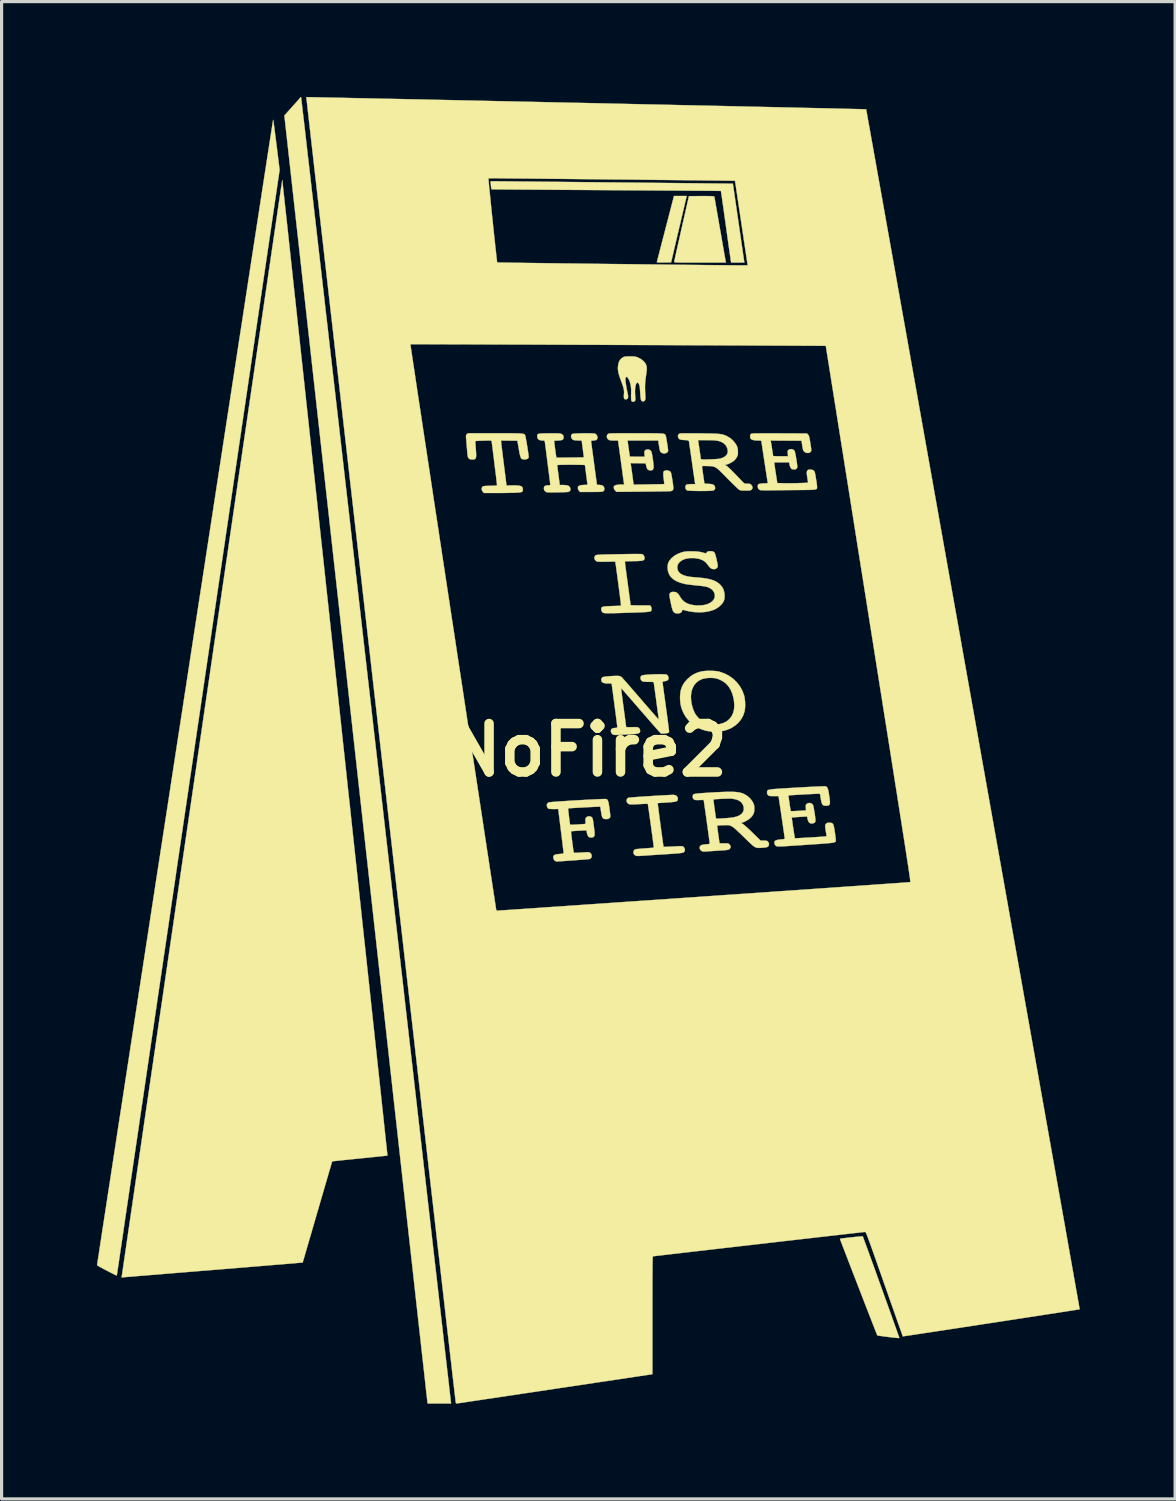
<source format=kicad_pcb>
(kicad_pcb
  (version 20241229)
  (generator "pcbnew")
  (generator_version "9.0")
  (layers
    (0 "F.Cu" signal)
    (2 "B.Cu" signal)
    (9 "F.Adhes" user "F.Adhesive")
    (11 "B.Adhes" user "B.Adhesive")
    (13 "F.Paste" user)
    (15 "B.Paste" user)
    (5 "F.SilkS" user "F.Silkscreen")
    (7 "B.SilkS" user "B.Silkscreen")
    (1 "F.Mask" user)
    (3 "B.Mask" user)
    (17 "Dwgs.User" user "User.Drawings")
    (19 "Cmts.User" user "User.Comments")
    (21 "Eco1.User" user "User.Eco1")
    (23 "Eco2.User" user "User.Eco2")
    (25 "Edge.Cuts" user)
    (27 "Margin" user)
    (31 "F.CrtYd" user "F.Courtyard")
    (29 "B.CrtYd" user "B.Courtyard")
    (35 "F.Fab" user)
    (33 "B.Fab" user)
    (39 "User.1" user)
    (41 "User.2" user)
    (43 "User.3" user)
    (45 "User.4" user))
  (footprint "NoFire2"
    (layer "F.Cu")
    (at 15.461 20.554)
    (property "Reference" "NoFire2" (at 0 0 0) (layer "F.SilkS") (effects (font (size 1.524 1.524) (thickness 0.3))))
    (attr through_hole)
    (fp_poly (pts (xy 3.09 -17.402) (xy 3.086 -17.385) (xy 3.076 -17.344) (xy 3.062 -17.283) (xy 3.043 -17.203) (xy 3.02 -17.105) (xy 2.994 -16.993) (xy 2.964 -16.867) (xy 2.932 -16.73) (xy 2.898 -16.584) (xy 2.861 -16.43) (xy 2.844 -16.358) (xy 2.608 -15.348) (xy 2.382 -15.344) (xy 2.301 -15.343) (xy 2.242 -15.343) (xy 2.202 -15.344) (xy 2.178 -15.347) (xy 2.165 -15.351) (xy 2.161 -15.357) (xy 2.161 -15.364) (xy 2.165 -15.379) (xy 2.175 -15.417) (xy 2.191 -15.476) (xy 2.211 -15.554) (xy 2.236 -15.65) (xy 2.264 -15.76) (xy 2.296 -15.884) (xy 2.331 -16.02) (xy 2.369 -16.165) (xy 2.409 -16.319) (xy 2.433 -16.412) (xy 2.699 -17.437) (xy 2.899 -17.437) (xy 3.099 -17.437) (xy 3.09 -17.402)) (stroke (width 0.01) (type solid)) (fill yes) (layer "F.SilkS"))
    (fp_poly (pts (xy 3.712 -17.434) (xy 3.79 -17.433) (xy 3.855 -17.432) (xy 3.901 -17.43) (xy 3.927 -17.427) (xy 3.928 -17.427) (xy 3.969 -17.416) (xy 4.141 -16.427) (xy 4.169 -16.27) (xy 4.195 -16.12) (xy 4.219 -15.979) (xy 4.242 -15.848) (xy 4.263 -15.729) (xy 4.281 -15.625) (xy 4.297 -15.537) (xy 4.309 -15.468) (xy 4.318 -15.419) (xy 4.322 -15.392) (xy 4.323 -15.389) (xy 4.332 -15.342) (xy 3.518 -15.342) (xy 3.355 -15.342) (xy 3.214 -15.342) (xy 3.095 -15.342) (xy 2.997 -15.342) (xy 2.916 -15.343) (xy 2.852 -15.344) (xy 2.802 -15.346) (xy 2.765 -15.347) (xy 2.739 -15.349) (xy 2.721 -15.352) (xy 2.711 -15.355) (xy 2.707 -15.359) (xy 2.705 -15.364) (xy 2.705 -15.364) (xy 2.708 -15.379) (xy 2.716 -15.418) (xy 2.729 -15.477) (xy 2.746 -15.556) (xy 2.767 -15.652) (xy 2.792 -15.763) (xy 2.82 -15.888) (xy 2.851 -16.024) (xy 2.884 -16.17) (xy 2.918 -16.324) (xy 2.937 -16.408) (xy 3.169 -17.431) (xy 3.528 -17.434) (xy 3.623 -17.435) (xy 3.712 -17.434)) (stroke (width 0.01) (type solid)) (fill yes) (layer "F.SilkS"))
    (fp_poly (pts (xy 8.638 15.301) (xy 8.643 15.314) (xy 8.657 15.35) (xy 8.678 15.406) (xy 8.705 15.48) (xy 8.739 15.572) (xy 8.778 15.679) (xy 8.822 15.799) (xy 8.87 15.932) (xy 8.922 16.075) (xy 8.977 16.227) (xy 9.034 16.385) (xy 9.093 16.549) (xy 9.153 16.717) (xy 9.214 16.886) (xy 9.275 17.055) (xy 9.335 17.223) (xy 9.395 17.387) (xy 9.452 17.547) (xy 9.507 17.7) (xy 9.558 17.845) (xy 9.606 17.98) (xy 9.65 18.103) (xy 9.689 18.212) (xy 9.723 18.307) (xy 9.75 18.385) (xy 9.771 18.444) (xy 9.784 18.483) (xy 9.789 18.501) (xy 9.789 18.501) (xy 9.776 18.503) (xy 9.741 18.501) (xy 9.688 18.496) (xy 9.618 18.489) (xy 9.537 18.48) (xy 9.448 18.47) (xy 9.442 18.469) (xy 9.352 18.458) (xy 9.27 18.447) (xy 9.201 18.437) (xy 9.146 18.429) (xy 9.11 18.422) (xy 9.096 18.418) (xy 9.096 18.418) (xy 9.078 18.373) (xy 9.053 18.309) (xy 9.02 18.227) (xy 8.982 18.129) (xy 8.938 18.017) (xy 8.89 17.892) (xy 8.837 17.757) (xy 8.781 17.612) (xy 8.722 17.46) (xy 8.661 17.302) (xy 8.598 17.14) (xy 8.534 16.975) (xy 8.47 16.81) (xy 8.407 16.646) (xy 8.345 16.485) (xy 8.284 16.329) (xy 8.226 16.178) (xy 8.171 16.035) (xy 8.12 15.902) (xy 8.073 15.78) (xy 8.031 15.672) (xy 7.995 15.577) (xy 7.965 15.5) (xy 7.943 15.44) (xy 7.928 15.4) (xy 7.921 15.382) (xy 7.921 15.38) (xy 7.935 15.377) (xy 7.97 15.371) (xy 8.022 15.364) (xy 8.088 15.356) (xy 8.164 15.347) (xy 8.245 15.338) (xy 8.328 15.329) (xy 8.408 15.32) (xy 8.482 15.313) (xy 8.546 15.307) (xy 8.596 15.302) (xy 8.628 15.301) (xy 8.638 15.301)) (stroke (width 0.01) (type solid)) (fill yes) (layer "F.SilkS"))
    (fp_poly (pts (xy 3.913 -2.493) (xy 4.014 -2.486) (xy 4.101 -2.473) (xy 4.133 -2.465) (xy 4.289 -2.411) (xy 4.432 -2.336) (xy 4.562 -2.243) (xy 4.676 -2.132) (xy 4.773 -2.007) (xy 4.849 -1.87) (xy 4.903 -1.727) (xy 4.922 -1.639) (xy 4.934 -1.537) (xy 4.939 -1.431) (xy 4.936 -1.33) (xy 4.925 -1.241) (xy 4.922 -1.228) (xy 4.881 -1.098) (xy 4.817 -0.978) (xy 4.734 -0.871) (xy 4.632 -0.778) (xy 4.515 -0.701) (xy 4.384 -0.642) (xy 4.252 -0.604) (xy 4.187 -0.595) (xy 4.106 -0.589) (xy 4.015 -0.586) (xy 3.923 -0.586) (xy 3.837 -0.59) (xy 3.764 -0.597) (xy 3.727 -0.603) (xy 3.571 -0.649) (xy 3.426 -0.717) (xy 3.294 -0.804) (xy 3.178 -0.909) (xy 3.078 -1.03) (xy 2.998 -1.165) (xy 2.938 -1.312) (xy 2.919 -1.378) (xy 2.9 -1.483) (xy 2.89 -1.595) (xy 2.89 -1.694) (xy 3.231 -1.694) (xy 3.238 -1.555) (xy 3.239 -1.549) (xy 3.257 -1.441) (xy 3.286 -1.333) (xy 3.323 -1.231) (xy 3.364 -1.145) (xy 3.383 -1.115) (xy 3.465 -1.013) (xy 3.563 -0.93) (xy 3.674 -0.866) (xy 3.795 -0.824) (xy 3.924 -0.803) (xy 4.059 -0.806) (xy 4.146 -0.819) (xy 4.264 -0.856) (xy 4.366 -0.91) (xy 4.449 -0.982) (xy 4.515 -1.07) (xy 4.562 -1.174) (xy 4.59 -1.291) (xy 4.598 -1.422) (xy 4.585 -1.565) (xy 4.573 -1.632) (xy 4.532 -1.782) (xy 4.475 -1.912) (xy 4.401 -2.023) (xy 4.311 -2.114) (xy 4.204 -2.186) (xy 4.081 -2.239) (xy 4.026 -2.255) (xy 3.951 -2.268) (xy 3.862 -2.272) (xy 3.768 -2.269) (xy 3.678 -2.258) (xy 3.601 -2.241) (xy 3.588 -2.236) (xy 3.485 -2.188) (xy 3.398 -2.12) (xy 3.329 -2.035) (xy 3.278 -1.935) (xy 3.245 -1.821) (xy 3.231 -1.694) (xy 2.89 -1.694) (xy 2.89 -1.707) (xy 2.9 -1.812) (xy 2.919 -1.902) (xy 2.924 -1.918) (xy 2.958 -2.006) (xy 2.995 -2.079) (xy 3.041 -2.145) (xy 3.101 -2.213) (xy 3.13 -2.242) (xy 3.222 -2.323) (xy 3.319 -2.386) (xy 3.429 -2.435) (xy 3.525 -2.465) (xy 3.604 -2.481) (xy 3.7 -2.491) (xy 3.806 -2.495) (xy 3.913 -2.493)) (stroke (width 0.01) (type solid)) (fill yes) (layer "F.SilkS"))
    (fp_poly (pts (xy -3.021 -17.9) (xy -2.961 -17.899) (xy -2.877 -17.899) (xy -2.773 -17.898) (xy -2.648 -17.897) (xy -2.503 -17.896) (xy -2.34 -17.894) (xy -2.159 -17.892) (xy -1.962 -17.891) (xy -1.749 -17.889) (xy -1.522 -17.886) (xy -1.281 -17.884) (xy -1.027 -17.882) (xy -0.762 -17.879) (xy -0.486 -17.876) (xy -0.2 -17.873) (xy 0.094 -17.87) (xy 0.396 -17.867) (xy 0.705 -17.864) (xy 0.742 -17.864) (xy 4.552 -17.824) (xy 4.726 -16.624) (xy 4.751 -16.452) (xy 4.775 -16.286) (xy 4.798 -16.129) (xy 4.819 -15.981) (xy 4.839 -15.846) (xy 4.857 -15.724) (xy 4.872 -15.618) (xy 4.885 -15.53) (xy 4.895 -15.46) (xy 4.903 -15.412) (xy 4.906 -15.386) (xy 4.907 -15.383) (xy 4.913 -15.342) (xy 4.497 -15.342) (xy 4.49 -15.383) (xy 4.487 -15.401) (xy 4.481 -15.443) (xy 4.472 -15.507) (xy 4.46 -15.589) (xy 4.446 -15.689) (xy 4.429 -15.805) (xy 4.411 -15.935) (xy 4.391 -16.076) (xy 4.37 -16.227) (xy 4.348 -16.386) (xy 4.331 -16.508) (xy 4.308 -16.671) (xy 4.286 -16.827) (xy 4.266 -16.973) (xy 4.247 -17.108) (xy 4.229 -17.231) (xy 4.214 -17.339) (xy 4.201 -17.43) (xy 4.19 -17.503) (xy 4.182 -17.556) (xy 4.177 -17.588) (xy 4.176 -17.596) (xy 4.163 -17.596) (xy 4.126 -17.596) (xy 4.065 -17.597) (xy 3.982 -17.598) (xy 3.878 -17.599) (xy 3.753 -17.6) (xy 3.609 -17.601) (xy 3.447 -17.602) (xy 3.267 -17.603) (xy 3.071 -17.605) (xy 2.86 -17.606) (xy 2.634 -17.608) (xy 2.395 -17.609) (xy 2.144 -17.611) (xy 1.882 -17.613) (xy 1.609 -17.614) (xy 1.327 -17.616) (xy 1.037 -17.618) (xy 0.74 -17.62) (xy 0.565 -17.621) (xy 0.264 -17.623) (xy -0.03 -17.625) (xy -0.317 -17.627) (xy -0.595 -17.629) (xy -0.863 -17.63) (xy -1.121 -17.632) (xy -1.367 -17.634) (xy -1.601 -17.635) (xy -1.82 -17.637) (xy -2.025 -17.638) (xy -2.214 -17.64) (xy -2.387 -17.641) (xy -2.542 -17.642) (xy -2.678 -17.643) (xy -2.794 -17.644) (xy -2.889 -17.645) (xy -2.963 -17.646) (xy -3.014 -17.646) (xy -3.041 -17.647) (xy -3.045 -17.647) (xy -3.049 -17.66) (xy -3.053 -17.692) (xy -3.058 -17.736) (xy -3.064 -17.784) (xy -3.068 -17.832) (xy -3.071 -17.871) (xy -3.072 -17.895) (xy -3.071 -17.9) (xy -3.059 -17.9) (xy -3.021 -17.9)) (stroke (width 0.01) (type solid)) (fill yes) (layer "F.SilkS"))
    (fp_poly (pts (xy 1.387 -12.388) (xy 1.441 -12.385) (xy 1.482 -12.38) (xy 1.517 -12.372) (xy 1.551 -12.36) (xy 1.647 -12.312) (xy 1.727 -12.253) (xy 1.788 -12.186) (xy 1.8 -12.167) (xy 1.82 -12.128) (xy 1.834 -12.087) (xy 1.841 -12.04) (xy 1.841 -11.982) (xy 1.836 -11.91) (xy 1.824 -11.819) (xy 1.815 -11.759) (xy 1.799 -11.64) (xy 1.79 -11.526) (xy 1.787 -11.407) (xy 1.791 -11.277) (xy 1.795 -11.195) (xy 1.799 -11.116) (xy 1.798 -11.058) (xy 1.791 -11.018) (xy 1.777 -10.994) (xy 1.756 -10.98) (xy 1.731 -10.975) (xy 1.704 -10.976) (xy 1.683 -10.985) (xy 1.667 -11.006) (xy 1.656 -11.042) (xy 1.647 -11.096) (xy 1.641 -11.17) (xy 1.637 -11.23) (xy 1.631 -11.325) (xy 1.624 -11.398) (xy 1.616 -11.453) (xy 1.605 -11.494) (xy 1.59 -11.526) (xy 1.576 -11.546) (xy 1.557 -11.565) (xy 1.542 -11.565) (xy 1.532 -11.558) (xy 1.507 -11.524) (xy 1.489 -11.468) (xy 1.477 -11.393) (xy 1.472 -11.302) (xy 1.474 -11.198) (xy 1.479 -11.128) (xy 1.484 -11.072) (xy 1.485 -11.034) (xy 1.482 -11.01) (xy 1.474 -10.994) (xy 1.467 -10.985) (xy 1.434 -10.963) (xy 1.399 -10.96) (xy 1.369 -10.976) (xy 1.357 -10.995) (xy 1.352 -11.025) (xy 1.349 -11.078) (xy 1.348 -11.151) (xy 1.35 -11.208) (xy 1.352 -11.316) (xy 1.347 -11.406) (xy 1.336 -11.486) (xy 1.317 -11.562) (xy 1.296 -11.623) (xy 1.276 -11.667) (xy 1.251 -11.706) (xy 1.237 -11.723) (xy 1.215 -11.743) (xy 1.202 -11.746) (xy 1.189 -11.733) (xy 1.186 -11.729) (xy 1.174 -11.7) (xy 1.168 -11.662) (xy 1.168 -11.659) (xy 1.171 -11.625) (xy 1.177 -11.572) (xy 1.187 -11.506) (xy 1.198 -11.435) (xy 1.211 -11.363) (xy 1.224 -11.297) (xy 1.235 -11.243) (xy 1.239 -11.228) (xy 1.254 -11.152) (xy 1.253 -11.096) (xy 1.236 -11.058) (xy 1.204 -11.039) (xy 1.177 -11.036) (xy 1.149 -11.042) (xy 1.131 -11.061) (xy 1.122 -11.097) (xy 1.121 -11.152) (xy 1.124 -11.197) (xy 1.127 -11.247) (xy 1.127 -11.291) (xy 1.122 -11.335) (xy 1.113 -11.383) (xy 1.097 -11.439) (xy 1.073 -11.509) (xy 1.042 -11.595) (xy 1.027 -11.636) (xy 0.988 -11.745) (xy 0.96 -11.837) (xy 0.943 -11.916) (xy 0.934 -11.987) (xy 0.935 -12.053) (xy 0.94 -12.104) (xy 0.959 -12.192) (xy 0.989 -12.262) (xy 1.034 -12.316) (xy 1.095 -12.36) (xy 1.105 -12.365) (xy 1.128 -12.375) (xy 1.156 -12.382) (xy 1.194 -12.386) (xy 1.248 -12.388) (xy 1.314 -12.388) (xy 1.387 -12.388)) (stroke (width 0.01) (type solid)) (fill yes) (layer "F.SilkS"))
    (fp_poly (pts (xy 1.559 -6.17) (xy 1.618 -6.17) (xy 1.661 -6.168) (xy 1.69 -6.166) (xy 1.706 -6.162) (xy 1.708 -6.162) (xy 1.738 -6.137) (xy 1.761 -6.097) (xy 1.774 -6.053) (xy 1.772 -6.025) (xy 1.765 -6.002) (xy 1.752 -5.984) (xy 1.731 -5.971) (xy 1.699 -5.961) (xy 1.653 -5.955) (xy 1.591 -5.95) (xy 1.508 -5.947) (xy 1.426 -5.946) (xy 1.156 -5.941) (xy 1.156 -5.909) (xy 1.157 -5.89) (xy 1.162 -5.849) (xy 1.17 -5.787) (xy 1.18 -5.708) (xy 1.192 -5.614) (xy 1.206 -5.507) (xy 1.222 -5.39) (xy 1.239 -5.265) (xy 1.245 -5.223) (xy 1.262 -5.097) (xy 1.278 -4.979) (xy 1.292 -4.871) (xy 1.305 -4.775) (xy 1.316 -4.694) (xy 1.325 -4.63) (xy 1.33 -4.586) (xy 1.333 -4.564) (xy 1.333 -4.561) (xy 1.346 -4.559) (xy 1.38 -4.557) (xy 1.432 -4.555) (xy 1.5 -4.554) (xy 1.579 -4.553) (xy 1.639 -4.553) (xy 1.945 -4.553) (xy 1.97 -4.523) (xy 1.986 -4.489) (xy 1.994 -4.446) (xy 1.991 -4.405) (xy 1.984 -4.385) (xy 1.975 -4.376) (xy 1.962 -4.367) (xy 1.941 -4.36) (xy 1.911 -4.354) (xy 1.869 -4.348) (xy 1.814 -4.344) (xy 1.744 -4.339) (xy 1.655 -4.335) (xy 1.546 -4.331) (xy 1.416 -4.326) (xy 1.333 -4.324) (xy 1.167 -4.319) (xy 1.024 -4.314) (xy 0.902 -4.311) (xy 0.8 -4.308) (xy 0.716 -4.307) (xy 0.648 -4.306) (xy 0.593 -4.306) (xy 0.551 -4.308) (xy 0.519 -4.31) (xy 0.496 -4.313) (xy 0.479 -4.317) (xy 0.466 -4.323) (xy 0.456 -4.329) (xy 0.453 -4.331) (xy 0.425 -4.367) (xy 0.41 -4.414) (xy 0.41 -4.461) (xy 0.412 -4.467) (xy 0.42 -4.485) (xy 0.436 -4.498) (xy 0.462 -4.509) (xy 0.5 -4.517) (xy 0.554 -4.523) (xy 0.627 -4.528) (xy 0.721 -4.531) (xy 0.758 -4.533) (xy 0.838 -4.535) (xy 0.909 -4.538) (xy 0.967 -4.541) (xy 1.009 -4.544) (xy 1.031 -4.546) (xy 1.033 -4.547) (xy 1.032 -4.56) (xy 1.028 -4.595) (xy 1.022 -4.65) (xy 1.013 -4.722) (xy 1.002 -4.807) (xy 0.99 -4.904) (xy 0.977 -5.009) (xy 0.962 -5.119) (xy 0.947 -5.232) (xy 0.933 -5.344) (xy 0.918 -5.454) (xy 0.904 -5.558) (xy 0.891 -5.653) (xy 0.88 -5.737) (xy 0.87 -5.806) (xy 0.862 -5.858) (xy 0.857 -5.89) (xy 0.857 -5.89) (xy 0.85 -5.932) (xy 0.566 -5.928) (xy 0.473 -5.927) (xy 0.403 -5.927) (xy 0.351 -5.927) (xy 0.313 -5.929) (xy 0.287 -5.932) (xy 0.269 -5.937) (xy 0.256 -5.944) (xy 0.246 -5.951) (xy 0.211 -5.989) (xy 0.194 -6.034) (xy 0.197 -6.078) (xy 0.22 -6.117) (xy 0.235 -6.129) (xy 0.245 -6.134) (xy 0.259 -6.138) (xy 0.281 -6.141) (xy 0.311 -6.145) (xy 0.353 -6.147) (xy 0.407 -6.15) (xy 0.477 -6.152) (xy 0.564 -6.155) (xy 0.669 -6.157) (xy 0.796 -6.16) (xy 0.946 -6.163) (xy 0.972 -6.163) (xy 1.133 -6.166) (xy 1.271 -6.168) (xy 1.387 -6.17) (xy 1.483 -6.171) (xy 1.559 -6.17)) (stroke (width 0.01) (type solid)) (fill yes) (layer "F.SilkS"))
    (fp_poly (pts (xy 2.742 1.42) (xy 2.786 1.447) (xy 2.813 1.489) (xy 2.819 1.527) (xy 2.818 1.556) (xy 2.811 1.579) (xy 2.798 1.598) (xy 2.773 1.612) (xy 2.737 1.623) (xy 2.684 1.632) (xy 2.614 1.64) (xy 2.523 1.647) (xy 2.439 1.652) (xy 2.362 1.657) (xy 2.295 1.661) (xy 2.241 1.665) (xy 2.203 1.668) (xy 2.187 1.671) (xy 2.186 1.671) (xy 2.187 1.684) (xy 2.191 1.719) (xy 2.198 1.774) (xy 2.207 1.845) (xy 2.218 1.931) (xy 2.23 2.027) (xy 2.244 2.133) (xy 2.259 2.243) (xy 2.274 2.357) (xy 2.289 2.471) (xy 2.304 2.582) (xy 2.319 2.687) (xy 2.332 2.784) (xy 2.344 2.87) (xy 2.354 2.942) (xy 2.362 2.997) (xy 2.367 3.033) (xy 2.37 3.046) (xy 2.37 3.046) (xy 2.383 3.047) (xy 2.418 3.046) (xy 2.471 3.045) (xy 2.539 3.041) (xy 2.618 3.037) (xy 2.667 3.035) (xy 2.761 3.03) (xy 2.832 3.026) (xy 2.885 3.024) (xy 2.923 3.024) (xy 2.95 3.025) (xy 2.968 3.029) (xy 2.981 3.035) (xy 2.992 3.042) (xy 2.994 3.043) (xy 3.026 3.08) (xy 3.041 3.123) (xy 3.04 3.166) (xy 3.021 3.202) (xy 2.999 3.218) (xy 2.987 3.224) (xy 2.973 3.229) (xy 2.954 3.234) (xy 2.93 3.238) (xy 2.897 3.242) (xy 2.854 3.247) (xy 2.798 3.252) (xy 2.727 3.257) (xy 2.639 3.264) (xy 2.533 3.271) (xy 2.405 3.279) (xy 2.254 3.289) (xy 2.133 3.297) (xy 2.017 3.304) (xy 1.909 3.311) (xy 1.814 3.318) (xy 1.733 3.323) (xy 1.669 3.328) (xy 1.625 3.331) (xy 1.607 3.332) (xy 1.56 3.333) (xy 1.516 3.329) (xy 1.502 3.326) (xy 1.457 3.301) (xy 1.43 3.26) (xy 1.422 3.212) (xy 1.432 3.166) (xy 1.462 3.134) (xy 1.499 3.12) (xy 1.521 3.116) (xy 1.563 3.112) (xy 1.623 3.106) (xy 1.695 3.1) (xy 1.775 3.094) (xy 1.796 3.092) (xy 1.875 3.087) (xy 1.945 3.081) (xy 2.002 3.077) (xy 2.043 3.073) (xy 2.063 3.071) (xy 2.064 3.07) (xy 2.063 3.057) (xy 2.059 3.022) (xy 2.052 2.967) (xy 2.043 2.895) (xy 2.031 2.809) (xy 2.019 2.712) (xy 2.004 2.607) (xy 1.989 2.496) (xy 1.974 2.382) (xy 1.958 2.268) (xy 1.942 2.157) (xy 1.928 2.051) (xy 1.914 1.954) (xy 1.902 1.869) (xy 1.891 1.797) (xy 1.883 1.741) (xy 1.877 1.706) (xy 1.874 1.692) (xy 1.874 1.692) (xy 1.86 1.691) (xy 1.825 1.691) (xy 1.771 1.693) (xy 1.705 1.696) (xy 1.628 1.7) (xy 1.609 1.701) (xy 1.527 1.705) (xy 1.452 1.708) (xy 1.386 1.71) (xy 1.336 1.71) (xy 1.306 1.708) (xy 1.304 1.708) (xy 1.258 1.689) (xy 1.226 1.657) (xy 1.208 1.616) (xy 1.207 1.574) (xy 1.222 1.535) (xy 1.256 1.505) (xy 1.266 1.501) (xy 1.284 1.498) (xy 1.324 1.494) (xy 1.384 1.488) (xy 1.461 1.482) (xy 1.551 1.476) (xy 1.653 1.469) (xy 1.763 1.461) (xy 1.879 1.454) (xy 1.997 1.446) (xy 2.114 1.439) (xy 2.229 1.432) (xy 2.337 1.426) (xy 2.437 1.42) (xy 2.525 1.416) (xy 2.599 1.412) (xy 2.655 1.41) (xy 2.686 1.41) (xy 2.742 1.42)) (stroke (width 0.01) (type solid)) (fill yes) (layer "F.SilkS"))
    (fp_poly (pts (xy -9.037 -20.547) (xy -9.035 -20.534) (xy -9.031 -20.497) (xy -9.023 -20.435) (xy -9.013 -20.349) (xy -9 -20.239) (xy -8.985 -20.107) (xy -8.967 -19.951) (xy -8.946 -19.774) (xy -8.923 -19.574) (xy -8.898 -19.353) (xy -8.87 -19.111) (xy -8.84 -18.848) (xy -8.807 -18.565) (xy -8.772 -18.263) (xy -8.735 -17.941) (xy -8.696 -17.6) (xy -8.654 -17.24) (xy -8.611 -16.862) (xy -8.565 -16.467) (xy -8.518 -16.054) (xy -8.469 -15.625) (xy -8.417 -15.179) (xy -8.364 -14.717) (xy -8.309 -14.24) (xy -8.253 -13.747) (xy -8.194 -13.24) (xy -8.135 -12.718) (xy -8.073 -12.182) (xy -8.01 -11.633) (xy -7.945 -11.071) (xy -7.879 -10.496) (xy -7.812 -9.909) (xy -7.743 -9.31) (xy -7.673 -8.7) (xy -7.602 -8.079) (xy -7.529 -7.447) (xy -7.456 -6.805) (xy -7.381 -6.153) (xy -7.305 -5.492) (xy -7.228 -4.822) (xy -7.15 -4.144) (xy -7.072 -3.457) (xy -6.992 -2.763) (xy -6.912 -2.062) (xy -6.83 -1.354) (xy -6.749 -0.64) (xy -6.68 -0.043) (xy -6.598 0.676) (xy -6.516 1.39) (xy -6.435 2.097) (xy -6.355 2.797) (xy -6.275 3.49) (xy -6.196 4.176) (xy -6.119 4.853) (xy -6.042 5.522) (xy -5.966 6.182) (xy -5.892 6.833) (xy -5.818 7.474) (xy -5.746 8.105) (xy -5.675 8.725) (xy -5.605 9.334) (xy -5.536 9.932) (xy -5.469 10.518) (xy -5.403 11.092) (xy -5.339 11.653) (xy -5.276 12.2) (xy -5.215 12.735) (xy -5.155 13.255) (xy -5.097 13.761) (xy -5.041 14.252) (xy -4.986 14.728) (xy -4.934 15.188) (xy -4.883 15.633) (xy -4.834 16.06) (xy -4.786 16.471) (xy -4.741 16.865) (xy -4.698 17.241) (xy -4.657 17.598) (xy -4.618 17.937) (xy -4.581 18.257) (xy -4.547 18.558) (xy -4.515 18.839) (xy -4.485 19.099) (xy -4.457 19.339) (xy -4.432 19.558) (xy -4.409 19.755) (xy -4.389 19.93) (xy -4.372 20.083) (xy -4.357 20.213) (xy -4.344 20.32) (xy -4.335 20.403) (xy -4.328 20.463) (xy -4.324 20.497) (xy -4.323 20.507) (xy -4.315 20.561) (xy -5.053 20.561) (xy -5.06 20.52) (xy -5.062 20.506) (xy -5.066 20.467) (xy -5.073 20.404) (xy -5.083 20.317) (xy -5.096 20.206) (xy -5.111 20.072) (xy -5.128 19.915) (xy -5.148 19.737) (xy -5.17 19.536) (xy -5.195 19.314) (xy -5.222 19.071) (xy -5.252 18.807) (xy -5.283 18.523) (xy -5.317 18.219) (xy -5.353 17.896) (xy -5.391 17.554) (xy -5.431 17.194) (xy -5.473 16.815) (xy -5.517 16.419) (xy -5.563 16.006) (xy -5.611 15.576) (xy -5.661 15.13) (xy -5.712 14.668) (xy -5.765 14.19) (xy -5.82 13.697) (xy -5.877 13.189) (xy -5.935 12.668) (xy -5.994 12.132) (xy -6.055 11.583) (xy -6.118 11.021) (xy -6.182 10.446) (xy -6.247 9.86) (xy -6.313 9.261) (xy -6.381 8.652) (xy -6.45 8.031) (xy -6.52 7.401) (xy -6.592 6.76) (xy -6.664 6.109) (xy -6.737 5.45) (xy -6.811 4.781) (xy -6.887 4.105) (xy -6.963 3.42) (xy -7.04 2.728) (xy -7.117 2.029) (xy -7.196 1.323) (xy -7.275 0.611) (xy -7.314 0.255) (xy -9.562 -19.969) (xy -9.312 -20.248) (xy -9.248 -20.319) (xy -9.19 -20.385) (xy -9.139 -20.442) (xy -9.098 -20.488) (xy -9.069 -20.522) (xy -9.054 -20.539) (xy -9.053 -20.541) (xy -9.04 -20.549) (xy -9.037 -20.547)) (stroke (width 0.01) (type solid)) (fill yes) (layer "F.SilkS"))
    (fp_poly (pts (xy -9.905 -19.787) (xy -9.902 -19.766) (xy -9.896 -19.723) (xy -9.888 -19.659) (xy -9.877 -19.577) (xy -9.865 -19.48) (xy -9.851 -19.369) (xy -9.835 -19.247) (xy -9.819 -19.116) (xy -9.804 -18.999) (xy -9.712 -18.256) (xy -12.267 -0.902) (xy -12.364 -0.241) (xy -12.46 0.413) (xy -12.556 1.061) (xy -12.65 1.702) (xy -12.744 2.336) (xy -12.836 2.962) (xy -12.927 3.58) (xy -13.016 4.189) (xy -13.105 4.789) (xy -13.191 5.379) (xy -13.277 5.96) (xy -13.361 6.529) (xy -13.443 7.088) (xy -13.524 7.635) (xy -13.602 8.171) (xy -13.679 8.694) (xy -13.755 9.204) (xy -13.828 9.701) (xy -13.899 10.184) (xy -13.968 10.654) (xy -14.035 11.108) (xy -14.1 11.548) (xy -14.162 11.972) (xy -14.222 12.38) (xy -14.28 12.771) (xy -14.335 13.146) (xy -14.388 13.503) (xy -14.438 13.843) (xy -14.485 14.164) (xy -14.53 14.467) (xy -14.572 14.75) (xy -14.61 15.014) (xy -14.646 15.258) (xy -14.679 15.481) (xy -14.709 15.684) (xy -14.736 15.865) (xy -14.759 16.024) (xy -14.779 16.161) (xy -14.796 16.275) (xy -14.81 16.365) (xy -14.82 16.432) (xy -14.826 16.475) (xy -14.829 16.493) (xy -14.829 16.494) (xy -14.836 16.522) (xy -14.844 16.535) (xy -14.845 16.535) (xy -14.858 16.529) (xy -14.89 16.514) (xy -14.939 16.489) (xy -15.002 16.457) (xy -15.075 16.42) (xy -15.154 16.379) (xy -15.24 16.335) (xy -15.315 16.294) (xy -15.376 16.26) (xy -15.422 16.233) (xy -15.449 16.214) (xy -15.456 16.207) (xy -15.454 16.193) (xy -15.448 16.156) (xy -15.439 16.094) (xy -15.426 16.009) (xy -15.409 15.901) (xy -15.389 15.77) (xy -15.366 15.618) (xy -15.339 15.444) (xy -15.31 15.249) (xy -15.277 15.035) (xy -15.241 14.8) (xy -15.202 14.547) (xy -15.16 14.275) (xy -15.116 13.985) (xy -15.068 13.677) (xy -15.018 13.352) (xy -14.966 13.011) (xy -14.911 12.654) (xy -14.854 12.282) (xy -14.795 11.894) (xy -14.733 11.493) (xy -14.669 11.078) (xy -14.603 10.649) (xy -14.536 10.208) (xy -14.466 9.755) (xy -14.395 9.291) (xy -14.322 8.815) (xy -14.247 8.329) (xy -14.171 7.833) (xy -14.093 7.327) (xy -14.014 6.813) (xy -13.934 6.29) (xy -13.852 5.76) (xy -13.77 5.222) (xy -13.686 4.678) (xy -13.602 4.127) (xy -13.516 3.571) (xy -13.43 3.01) (xy -13.343 2.444) (xy -13.255 1.875) (xy -13.167 1.301) (xy -13.079 0.725) (xy -12.99 0.147) (xy -12.901 -0.433) (xy -12.811 -1.014) (xy -12.722 -1.596) (xy -12.632 -2.179) (xy -12.543 -2.761) (xy -12.454 -3.342) (xy -12.365 -3.921) (xy -12.276 -4.499) (xy -12.187 -5.074) (xy -12.099 -5.646) (xy -12.012 -6.214) (xy -11.925 -6.779) (xy -11.839 -7.338) (xy -11.754 -7.893) (xy -11.67 -8.441) (xy -11.586 -8.983) (xy -11.504 -9.519) (xy -11.423 -10.047) (xy -11.343 -10.567) (xy -11.264 -11.078) (xy -11.187 -11.581) (xy -11.111 -12.074) (xy -11.037 -12.557) (xy -10.964 -13.029) (xy -10.893 -13.49) (xy -10.824 -13.939) (xy -10.757 -14.376) (xy -10.692 -14.8) (xy -10.629 -15.211) (xy -10.568 -15.608) (xy -10.509 -15.99) (xy -10.452 -16.358) (xy -10.398 -16.71) (xy -10.346 -17.046) (xy -10.297 -17.365) (xy -10.251 -17.667) (xy -10.207 -17.951) (xy -10.166 -18.218) (xy -10.128 -18.465) (xy -10.093 -18.693) (xy -10.061 -18.901) (xy -10.032 -19.089) (xy -10.006 -19.256) (xy -9.983 -19.401) (xy -9.964 -19.525) (xy -9.949 -19.625) (xy -9.937 -19.703) (xy -9.928 -19.757) (xy -9.924 -19.787) (xy -9.923 -19.793) (xy -9.914 -19.831) (xy -9.905 -19.787)) (stroke (width 0.01) (type solid)) (fill yes) (layer "F.SilkS"))
    (fp_poly (pts (xy -2.759 -9.969) (xy -2.607 -9.969) (xy -2.478 -9.969) (xy -2.369 -9.968) (xy -2.277 -9.967) (xy -2.203 -9.965) (xy -2.143 -9.962) (xy -2.096 -9.959) (xy -2.061 -9.954) (xy -2.034 -9.948) (xy -2.016 -9.941) (xy -2.003 -9.932) (xy -1.995 -9.922) (xy -1.989 -9.91) (xy -1.984 -9.898) (xy -1.977 -9.872) (xy -1.967 -9.827) (xy -1.956 -9.767) (xy -1.943 -9.695) (xy -1.93 -9.616) (xy -1.916 -9.533) (xy -1.904 -9.452) (xy -1.892 -9.376) (xy -1.883 -9.309) (xy -1.877 -9.255) (xy -1.873 -9.219) (xy -1.874 -9.206) (xy -1.895 -9.177) (xy -1.934 -9.157) (xy -1.983 -9.146) (xy -2.036 -9.147) (xy -2.076 -9.156) (xy -2.095 -9.167) (xy -2.112 -9.185) (xy -2.126 -9.213) (xy -2.14 -9.255) (xy -2.155 -9.313) (xy -2.17 -9.389) (xy -2.187 -9.488) (xy -2.188 -9.493) (xy -2.229 -9.735) (xy -2.486 -9.738) (xy -2.743 -9.741) (xy -2.742 -9.706) (xy -2.74 -9.687) (xy -2.736 -9.645) (xy -2.729 -9.583) (xy -2.719 -9.504) (xy -2.707 -9.408) (xy -2.694 -9.3) (xy -2.68 -9.182) (xy -2.664 -9.056) (xy -2.656 -8.998) (xy -2.572 -8.325) (xy -2.413 -8.329) (xy -2.306 -8.33) (xy -2.222 -8.326) (xy -2.159 -8.318) (xy -2.113 -8.304) (xy -2.082 -8.284) (xy -2.065 -8.256) (xy -2.058 -8.219) (xy -2.057 -8.205) (xy -2.059 -8.172) (xy -2.065 -8.148) (xy -2.08 -8.13) (xy -2.106 -8.118) (xy -2.146 -8.109) (xy -2.204 -8.104) (xy -2.284 -8.1) (xy -2.318 -8.098) (xy -2.389 -8.096) (xy -2.48 -8.094) (xy -2.584 -8.092) (xy -2.696 -8.091) (xy -2.809 -8.09) (xy -2.905 -8.09) (xy -3.279 -8.09) (xy -3.316 -8.127) (xy -3.344 -8.169) (xy -3.354 -8.216) (xy -3.346 -8.26) (xy -3.326 -8.288) (xy -3.314 -8.297) (xy -3.297 -8.304) (xy -3.271 -8.308) (xy -3.232 -8.312) (xy -3.177 -8.314) (xy -3.101 -8.316) (xy -3.085 -8.316) (xy -3.005 -8.318) (xy -2.947 -8.32) (xy -2.907 -8.323) (xy -2.884 -8.327) (xy -2.872 -8.333) (xy -2.87 -8.339) (xy -2.872 -8.357) (xy -2.876 -8.397) (xy -2.883 -8.456) (xy -2.892 -8.531) (xy -2.902 -8.621) (xy -2.915 -8.721) (xy -2.928 -8.828) (xy -2.942 -8.941) (xy -2.956 -9.056) (xy -2.97 -9.171) (xy -2.984 -9.282) (xy -2.997 -9.387) (xy -3.009 -9.483) (xy -3.02 -9.567) (xy -3.029 -9.636) (xy -3.036 -9.688) (xy -3.041 -9.719) (xy -3.042 -9.727) (xy -3.048 -9.733) (xy -3.063 -9.737) (xy -3.09 -9.74) (xy -3.132 -9.741) (xy -3.193 -9.74) (xy -3.275 -9.738) (xy -3.297 -9.737) (xy -3.374 -9.735) (xy -3.442 -9.732) (xy -3.497 -9.729) (xy -3.535 -9.726) (xy -3.552 -9.724) (xy -3.552 -9.724) (xy -3.553 -9.71) (xy -3.552 -9.675) (xy -3.549 -9.625) (xy -3.545 -9.564) (xy -3.544 -9.548) (xy -3.535 -9.436) (xy -3.529 -9.347) (xy -3.527 -9.278) (xy -3.53 -9.227) (xy -3.539 -9.191) (xy -3.553 -9.167) (xy -3.574 -9.153) (xy -3.602 -9.146) (xy -3.638 -9.144) (xy -3.648 -9.144) (xy -3.693 -9.146) (xy -3.723 -9.153) (xy -3.747 -9.168) (xy -3.758 -9.179) (xy -3.77 -9.192) (xy -3.779 -9.205) (xy -3.786 -9.223) (xy -3.792 -9.25) (xy -3.798 -9.288) (xy -3.803 -9.342) (xy -3.81 -9.416) (xy -3.815 -9.474) (xy -3.822 -9.559) (xy -3.829 -9.642) (xy -3.835 -9.716) (xy -3.84 -9.776) (xy -3.844 -9.817) (xy -3.844 -9.819) (xy -3.847 -9.865) (xy -3.846 -9.895) (xy -3.838 -9.915) (xy -3.821 -9.934) (xy -3.819 -9.937) (xy -3.786 -9.97) (xy -2.934 -9.97) (xy -2.759 -9.969)) (stroke (width 0.01) (type solid)) (fill yes) (layer "F.SilkS"))
    (fp_poly (pts (xy 3.861 -6.259) (xy 3.903 -6.254) (xy 3.935 -6.245) (xy 3.96 -6.229) (xy 3.98 -6.201) (xy 3.997 -6.159) (xy 4.014 -6.098) (xy 4.034 -6.018) (xy 4.049 -5.949) (xy 4.062 -5.887) (xy 4.071 -5.836) (xy 4.076 -5.801) (xy 4.076 -5.794) (xy 4.065 -5.748) (xy 4.034 -5.715) (xy 3.983 -5.695) (xy 3.931 -5.693) (xy 3.884 -5.706) (xy 3.838 -5.737) (xy 3.79 -5.789) (xy 3.745 -5.852) (xy 3.683 -5.921) (xy 3.602 -5.975) (xy 3.501 -6.014) (xy 3.382 -6.037) (xy 3.325 -6.042) (xy 3.191 -6.041) (xy 3.074 -6.022) (xy 2.974 -5.986) (xy 2.892 -5.932) (xy 2.89 -5.93) (xy 2.84 -5.876) (xy 2.812 -5.818) (xy 2.803 -5.749) (xy 2.803 -5.746) (xy 2.814 -5.67) (xy 2.846 -5.606) (xy 2.9 -5.553) (xy 2.977 -5.511) (xy 3.037 -5.489) (xy 3.074 -5.478) (xy 3.109 -5.469) (xy 3.145 -5.461) (xy 3.186 -5.455) (xy 3.237 -5.449) (xy 3.301 -5.442) (xy 3.384 -5.435) (xy 3.457 -5.429) (xy 3.611 -5.414) (xy 3.742 -5.394) (xy 3.854 -5.368) (xy 3.95 -5.336) (xy 4.031 -5.297) (xy 4.102 -5.25) (xy 4.152 -5.206) (xy 4.217 -5.129) (xy 4.26 -5.046) (xy 4.284 -4.951) (xy 4.29 -4.888) (xy 4.29 -4.801) (xy 4.28 -4.73) (xy 4.256 -4.67) (xy 4.216 -4.611) (xy 4.167 -4.558) (xy 4.094 -4.494) (xy 4.015 -4.443) (xy 3.925 -4.403) (xy 3.82 -4.372) (xy 3.697 -4.349) (xy 3.645 -4.342) (xy 3.491 -4.334) (xy 3.327 -4.343) (xy 3.161 -4.369) (xy 3.137 -4.374) (xy 3.08 -4.388) (xy 3.031 -4.4) (xy 2.996 -4.409) (xy 2.983 -4.413) (xy 2.966 -4.413) (xy 2.956 -4.393) (xy 2.953 -4.382) (xy 2.938 -4.348) (xy 2.917 -4.325) (xy 2.871 -4.306) (xy 2.814 -4.299) (xy 2.758 -4.304) (xy 2.744 -4.309) (xy 2.714 -4.323) (xy 2.69 -4.344) (xy 2.669 -4.376) (xy 2.65 -4.421) (xy 2.632 -4.484) (xy 2.612 -4.567) (xy 2.604 -4.606) (xy 2.584 -4.7) (xy 2.57 -4.772) (xy 2.561 -4.827) (xy 2.556 -4.866) (xy 2.556 -4.894) (xy 2.56 -4.914) (xy 2.568 -4.929) (xy 2.58 -4.943) (xy 2.582 -4.946) (xy 2.607 -4.966) (xy 2.637 -4.976) (xy 2.68 -4.978) (xy 2.684 -4.978) (xy 2.741 -4.973) (xy 2.788 -4.953) (xy 2.83 -4.916) (xy 2.87 -4.858) (xy 2.885 -4.832) (xy 2.945 -4.744) (xy 3.017 -4.673) (xy 3.103 -4.62) (xy 3.206 -4.582) (xy 3.328 -4.559) (xy 3.416 -4.551) (xy 3.54 -4.552) (xy 3.652 -4.566) (xy 3.753 -4.593) (xy 3.838 -4.633) (xy 3.905 -4.682) (xy 3.954 -4.742) (xy 3.981 -4.809) (xy 3.985 -4.831) (xy 3.981 -4.907) (xy 3.954 -4.977) (xy 3.907 -5.04) (xy 3.84 -5.091) (xy 3.758 -5.129) (xy 3.757 -5.129) (xy 3.708 -5.142) (xy 3.639 -5.155) (xy 3.549 -5.167) (xy 3.435 -5.179) (xy 3.409 -5.181) (xy 3.322 -5.19) (xy 3.238 -5.199) (xy 3.161 -5.209) (xy 3.097 -5.218) (xy 3.053 -5.225) (xy 3.049 -5.226) (xy 2.904 -5.264) (xy 2.781 -5.313) (xy 2.681 -5.373) (xy 2.603 -5.445) (xy 2.546 -5.528) (xy 2.511 -5.624) (xy 2.497 -5.731) (xy 2.497 -5.747) (xy 2.502 -5.829) (xy 2.521 -5.899) (xy 2.557 -5.964) (xy 2.613 -6.03) (xy 2.628 -6.045) (xy 2.72 -6.12) (xy 2.827 -6.179) (xy 2.952 -6.225) (xy 2.953 -6.225) (xy 2.998 -6.237) (xy 3.04 -6.245) (xy 3.086 -6.25) (xy 3.143 -6.253) (xy 3.216 -6.254) (xy 3.251 -6.254) (xy 3.363 -6.252) (xy 3.459 -6.244) (xy 3.548 -6.23) (xy 3.64 -6.207) (xy 3.699 -6.19) (xy 3.718 -6.192) (xy 3.721 -6.203) (xy 3.733 -6.23) (xy 3.765 -6.249) (xy 3.814 -6.259) (xy 3.861 -6.259)) (stroke (width 0.01) (type solid)) (fill yes) (layer "F.SilkS"))
    (fp_poly (pts (xy 1.674 -9.969) (xy 1.823 -9.969) (xy 1.95 -9.969) (xy 2.058 -9.968) (xy 2.147 -9.967) (xy 2.22 -9.965) (xy 2.278 -9.963) (xy 2.324 -9.96) (xy 2.358 -9.955) (xy 2.384 -9.95) (xy 2.402 -9.943) (xy 2.414 -9.935) (xy 2.423 -9.926) (xy 2.43 -9.914) (xy 2.436 -9.904) (xy 2.441 -9.884) (xy 2.45 -9.845) (xy 2.46 -9.79) (xy 2.471 -9.725) (xy 2.483 -9.655) (xy 2.493 -9.586) (xy 2.503 -9.521) (xy 2.51 -9.467) (xy 2.514 -9.428) (xy 2.515 -9.415) (xy 2.506 -9.394) (xy 2.486 -9.368) (xy 2.483 -9.366) (xy 2.443 -9.341) (xy 2.393 -9.334) (xy 2.341 -9.342) (xy 2.296 -9.364) (xy 2.265 -9.4) (xy 2.263 -9.404) (xy 2.256 -9.429) (xy 2.246 -9.473) (xy 2.236 -9.53) (xy 2.226 -9.589) (xy 2.204 -9.741) (xy 1.237 -9.741) (xy 1.272 -9.49) (xy 1.283 -9.413) (xy 1.292 -9.346) (xy 1.3 -9.291) (xy 1.305 -9.254) (xy 1.308 -9.237) (xy 1.308 -9.236) (xy 1.32 -9.235) (xy 1.353 -9.234) (xy 1.405 -9.234) (xy 1.469 -9.233) (xy 1.543 -9.233) (xy 1.544 -9.233) (xy 1.78 -9.233) (xy 1.771 -9.303) (xy 1.767 -9.364) (xy 1.773 -9.407) (xy 1.79 -9.434) (xy 1.81 -9.447) (xy 1.866 -9.461) (xy 1.919 -9.454) (xy 1.962 -9.427) (xy 1.986 -9.393) (xy 1.995 -9.365) (xy 2.006 -9.317) (xy 2.017 -9.254) (xy 2.028 -9.183) (xy 2.039 -9.109) (xy 2.048 -9.037) (xy 2.054 -8.972) (xy 2.057 -8.921) (xy 2.057 -8.91) (xy 2.051 -8.856) (xy 2.031 -8.821) (xy 1.994 -8.804) (xy 1.958 -8.801) (xy 1.911 -8.807) (xy 1.876 -8.826) (xy 1.85 -8.862) (xy 1.83 -8.919) (xy 1.822 -8.954) (xy 1.808 -9.023) (xy 1.569 -9.027) (xy 1.331 -9.03) (xy 1.337 -9.001) (xy 1.341 -8.981) (xy 1.347 -8.939) (xy 1.356 -8.88) (xy 1.366 -8.807) (xy 1.378 -8.725) (xy 1.386 -8.663) (xy 1.428 -8.353) (xy 1.909 -8.36) (xy 2.017 -8.362) (xy 2.116 -8.364) (xy 2.205 -8.365) (xy 2.28 -8.367) (xy 2.338 -8.369) (xy 2.377 -8.37) (xy 2.393 -8.371) (xy 2.394 -8.371) (xy 2.394 -8.385) (xy 2.39 -8.418) (xy 2.384 -8.464) (xy 2.38 -8.49) (xy 2.372 -8.553) (xy 2.366 -8.618) (xy 2.363 -8.673) (xy 2.362 -8.683) (xy 2.364 -8.729) (xy 2.369 -8.756) (xy 2.381 -8.774) (xy 2.39 -8.781) (xy 2.435 -8.799) (xy 2.487 -8.801) (xy 2.539 -8.789) (xy 2.581 -8.764) (xy 2.596 -8.747) (xy 2.604 -8.726) (xy 2.614 -8.685) (xy 2.625 -8.628) (xy 2.637 -8.562) (xy 2.649 -8.489) (xy 2.66 -8.417) (xy 2.669 -8.349) (xy 2.676 -8.291) (xy 2.679 -8.247) (xy 2.68 -8.237) (xy 2.669 -8.192) (xy 2.637 -8.161) (xy 2.603 -8.149) (xy 2.586 -8.148) (xy 2.544 -8.146) (xy 2.482 -8.145) (xy 2.401 -8.143) (xy 2.304 -8.141) (xy 2.192 -8.14) (xy 2.068 -8.138) (xy 1.934 -8.136) (xy 1.792 -8.135) (xy 1.732 -8.134) (xy 0.891 -8.126) (xy 0.852 -8.162) (xy 0.82 -8.202) (xy 0.804 -8.247) (xy 0.806 -8.289) (xy 0.816 -8.31) (xy 0.845 -8.331) (xy 0.898 -8.345) (xy 0.972 -8.354) (xy 1.039 -8.356) (xy 1.132 -8.357) (xy 1.125 -8.392) (xy 1.122 -8.411) (xy 1.116 -8.453) (xy 1.107 -8.515) (xy 1.096 -8.594) (xy 1.083 -8.688) (xy 1.069 -8.794) (xy 1.053 -8.91) (xy 1.036 -9.033) (xy 1.035 -9.042) (xy 1.018 -9.166) (xy 1.002 -9.283) (xy 0.987 -9.391) (xy 0.974 -9.487) (xy 0.963 -9.568) (xy 0.954 -9.632) (xy 0.948 -9.677) (xy 0.944 -9.699) (xy 0.944 -9.7) (xy 0.937 -9.741) (xy 0.82 -9.741) (xy 0.762 -9.742) (xy 0.71 -9.746) (xy 0.672 -9.752) (xy 0.662 -9.755) (xy 0.622 -9.78) (xy 0.596 -9.818) (xy 0.585 -9.862) (xy 0.591 -9.905) (xy 0.615 -9.941) (xy 0.618 -9.943) (xy 0.625 -9.948) (xy 0.633 -9.953) (xy 0.644 -9.957) (xy 0.66 -9.96) (xy 0.683 -9.962) (xy 0.714 -9.964) (xy 0.756 -9.966) (xy 0.811 -9.967) (xy 0.879 -9.968) (xy 0.963 -9.969) (xy 1.066 -9.969) (xy 1.188 -9.969) (xy 1.332 -9.969) (xy 1.499 -9.97) (xy 1.501 -9.97) (xy 1.674 -9.969)) (stroke (width 0.01) (type solid)) (fill yes) (layer "F.SilkS"))
    (fp_poly (pts (xy 5.737 -9.967) (xy 5.898 -9.967) (xy 6.024 -9.966) (xy 6.885 -9.963) (xy 6.92 -9.925) (xy 6.932 -9.909) (xy 6.943 -9.889) (xy 6.952 -9.863) (xy 6.961 -9.825) (xy 6.971 -9.773) (xy 6.983 -9.701) (xy 6.99 -9.655) (xy 7.003 -9.573) (xy 7.012 -9.512) (xy 7.017 -9.469) (xy 7.018 -9.438) (xy 7.017 -9.418) (xy 7.012 -9.404) (xy 7.006 -9.392) (xy 6.973 -9.363) (xy 6.927 -9.35) (xy 6.876 -9.351) (xy 6.828 -9.368) (xy 6.79 -9.398) (xy 6.778 -9.413) (xy 6.769 -9.429) (xy 6.761 -9.451) (xy 6.753 -9.483) (xy 6.745 -9.527) (xy 6.734 -9.589) (xy 6.721 -9.671) (xy 6.711 -9.735) (xy 6.226 -9.738) (xy 5.74 -9.741) (xy 5.746 -9.712) (xy 5.75 -9.691) (xy 5.757 -9.65) (xy 5.766 -9.596) (xy 5.776 -9.532) (xy 5.786 -9.466) (xy 5.796 -9.401) (xy 5.805 -9.342) (xy 5.812 -9.295) (xy 5.816 -9.265) (xy 5.817 -9.257) (xy 5.829 -9.253) (xy 5.863 -9.25) (xy 5.915 -9.248) (xy 5.981 -9.246) (xy 6.052 -9.246) (xy 6.288 -9.246) (xy 6.279 -9.332) (xy 6.276 -9.379) (xy 6.276 -9.407) (xy 6.283 -9.425) (xy 6.298 -9.44) (xy 6.306 -9.447) (xy 6.351 -9.469) (xy 6.401 -9.471) (xy 6.449 -9.456) (xy 6.486 -9.425) (xy 6.501 -9.396) (xy 6.509 -9.366) (xy 6.519 -9.317) (xy 6.531 -9.254) (xy 6.543 -9.184) (xy 6.555 -9.111) (xy 6.565 -9.043) (xy 6.573 -8.984) (xy 6.578 -8.94) (xy 6.579 -8.925) (xy 6.572 -8.878) (xy 6.551 -8.849) (xy 6.512 -8.835) (xy 6.477 -8.833) (xy 6.435 -8.835) (xy 6.407 -8.844) (xy 6.385 -8.864) (xy 6.381 -8.868) (xy 6.36 -8.903) (xy 6.342 -8.953) (xy 6.336 -8.979) (xy 6.321 -9.055) (xy 5.855 -9.055) (xy 5.855 -9.027) (xy 5.858 -9.006) (xy 5.863 -8.965) (xy 5.872 -8.906) (xy 5.882 -8.834) (xy 5.895 -8.752) (xy 5.903 -8.7) (xy 5.95 -8.401) (xy 6.166 -8.397) (xy 6.25 -8.396) (xy 6.351 -8.396) (xy 6.46 -8.397) (xy 6.567 -8.399) (xy 6.653 -8.402) (xy 6.742 -8.405) (xy 6.809 -8.407) (xy 6.857 -8.41) (xy 6.889 -8.413) (xy 6.908 -8.417) (xy 6.916 -8.422) (xy 6.918 -8.429) (xy 6.917 -8.437) (xy 6.912 -8.461) (xy 6.905 -8.503) (xy 6.897 -8.557) (xy 6.89 -8.6) (xy 6.881 -8.67) (xy 6.878 -8.72) (xy 6.88 -8.754) (xy 6.884 -8.771) (xy 6.899 -8.801) (xy 6.919 -8.818) (xy 6.951 -8.825) (xy 6.992 -8.826) (xy 7.055 -8.818) (xy 7.1 -8.793) (xy 7.126 -8.754) (xy 7.133 -8.727) (xy 7.143 -8.68) (xy 7.154 -8.62) (xy 7.165 -8.551) (xy 7.177 -8.48) (xy 7.187 -8.411) (xy 7.195 -8.351) (xy 7.2 -8.305) (xy 7.201 -8.283) (xy 7.201 -8.262) (xy 7.2 -8.244) (xy 7.195 -8.229) (xy 7.186 -8.217) (xy 7.168 -8.207) (xy 7.141 -8.2) (xy 7.103 -8.195) (xy 7.05 -8.191) (xy 6.982 -8.188) (xy 6.895 -8.187) (xy 6.789 -8.185) (xy 6.66 -8.184) (xy 6.582 -8.183) (xy 6.451 -8.182) (xy 6.317 -8.181) (xy 6.184 -8.18) (xy 6.057 -8.178) (xy 5.941 -8.177) (xy 5.839 -8.176) (xy 5.757 -8.175) (xy 5.734 -8.174) (xy 5.65 -8.174) (xy 5.572 -8.174) (xy 5.505 -8.175) (xy 5.453 -8.177) (xy 5.42 -8.18) (xy 5.414 -8.181) (xy 5.369 -8.204) (xy 5.343 -8.245) (xy 5.334 -8.302) (xy 5.336 -8.333) (xy 5.346 -8.356) (xy 5.367 -8.371) (xy 5.403 -8.381) (xy 5.457 -8.388) (xy 5.52 -8.392) (xy 5.652 -8.398) (xy 5.645 -8.438) (xy 5.641 -8.462) (xy 5.634 -8.508) (xy 5.624 -8.571) (xy 5.612 -8.649) (xy 5.598 -8.74) (xy 5.582 -8.84) (xy 5.566 -8.947) (xy 5.549 -9.057) (xy 5.532 -9.168) (xy 5.516 -9.276) (xy 5.5 -9.379) (xy 5.486 -9.475) (xy 5.473 -9.559) (xy 5.463 -9.63) (xy 5.455 -9.683) (xy 5.45 -9.718) (xy 5.448 -9.729) (xy 5.437 -9.735) (xy 5.407 -9.74) (xy 5.369 -9.741) (xy 5.274 -9.744) (xy 5.202 -9.753) (xy 5.15 -9.769) (xy 5.117 -9.793) (xy 5.099 -9.827) (xy 5.095 -9.871) (xy 5.095 -9.877) (xy 5.1 -9.917) (xy 5.112 -9.94) (xy 5.131 -9.953) (xy 5.142 -9.957) (xy 5.164 -9.959) (xy 5.198 -9.962) (xy 5.245 -9.964) (xy 5.308 -9.965) (xy 5.386 -9.966) (xy 5.483 -9.967) (xy 5.6 -9.967) (xy 5.737 -9.967)) (stroke (width 0.01) (type solid)) (fill yes) (layer "F.SilkS"))
    (fp_poly (pts (xy 0.548 1.54) (xy 0.562 1.541) (xy 0.585 1.55) (xy 0.604 1.565) (xy 0.619 1.59) (xy 0.632 1.628) (xy 0.644 1.682) (xy 0.656 1.755) (xy 0.668 1.838) (xy 0.679 1.926) (xy 0.688 1.993) (xy 0.693 2.041) (xy 0.695 2.075) (xy 0.694 2.098) (xy 0.69 2.113) (xy 0.683 2.125) (xy 0.672 2.136) (xy 0.667 2.141) (xy 0.644 2.159) (xy 0.617 2.168) (xy 0.576 2.172) (xy 0.561 2.172) (xy 0.518 2.169) (xy 0.485 2.161) (xy 0.46 2.142) (xy 0.441 2.111) (xy 0.426 2.063) (xy 0.413 1.996) (xy 0.401 1.92) (xy 0.393 1.865) (xy 0.386 1.82) (xy 0.379 1.79) (xy 0.376 1.782) (xy 0.363 1.781) (xy 0.327 1.782) (xy 0.273 1.784) (xy 0.204 1.787) (xy 0.122 1.791) (xy 0.031 1.795) (xy -0.065 1.8) (xy -0.163 1.805) (xy -0.26 1.811) (xy -0.352 1.816) (xy -0.437 1.821) (xy -0.51 1.826) (xy -0.57 1.83) (xy -0.611 1.833) (xy -0.631 1.835) (xy -0.633 1.836) (xy -0.633 1.849) (xy -0.63 1.882) (xy -0.625 1.931) (xy -0.618 1.991) (xy -0.61 2.058) (xy -0.602 2.126) (xy -0.594 2.191) (xy -0.586 2.247) (xy -0.58 2.292) (xy -0.576 2.316) (xy -0.569 2.353) (xy -0.395 2.345) (xy -0.324 2.341) (xy -0.256 2.337) (xy -0.197 2.333) (xy -0.155 2.329) (xy -0.152 2.329) (xy -0.082 2.321) (xy -0.087 2.235) (xy -0.089 2.187) (xy -0.086 2.157) (xy -0.077 2.136) (xy -0.06 2.117) (xy -0.059 2.115) (xy -0.016 2.089) (xy 0.035 2.082) (xy 0.085 2.096) (xy 0.109 2.112) (xy 0.121 2.124) (xy 0.131 2.139) (xy 0.139 2.16) (xy 0.147 2.192) (xy 0.155 2.239) (xy 0.164 2.304) (xy 0.172 2.363) (xy 0.186 2.469) (xy 0.196 2.553) (xy 0.201 2.617) (xy 0.2 2.665) (xy 0.194 2.699) (xy 0.182 2.722) (xy 0.163 2.737) (xy 0.137 2.746) (xy 0.117 2.751) (xy 0.061 2.752) (xy 0.017 2.732) (xy -0.016 2.689) (xy -0.038 2.623) (xy -0.045 2.588) (xy -0.054 2.527) (xy -0.113 2.527) (xy -0.147 2.528) (xy -0.196 2.531) (xy -0.256 2.534) (xy -0.32 2.538) (xy -0.385 2.542) (xy -0.444 2.547) (xy -0.493 2.551) (xy -0.528 2.554) (xy -0.541 2.557) (xy -0.542 2.557) (xy -0.541 2.57) (xy -0.538 2.605) (xy -0.533 2.656) (xy -0.525 2.721) (xy -0.516 2.795) (xy -0.506 2.874) (xy -0.496 2.954) (xy -0.485 3.031) (xy -0.476 3.101) (xy -0.467 3.16) (xy -0.461 3.204) (xy -0.456 3.229) (xy -0.455 3.233) (xy -0.44 3.234) (xy -0.404 3.234) (xy -0.352 3.232) (xy -0.286 3.229) (xy -0.211 3.225) (xy -0.21 3.224) (xy -0.127 3.219) (xy -0.066 3.216) (xy -0.021 3.214) (xy 0.009 3.215) (xy 0.03 3.218) (xy 0.044 3.224) (xy 0.057 3.232) (xy 0.061 3.234) (xy 0.094 3.272) (xy 0.109 3.317) (xy 0.107 3.363) (xy 0.097 3.384) (xy 0.072 3.412) (xy 0.047 3.428) (xy 0.03 3.43) (xy -0.008 3.434) (xy -0.065 3.439) (xy -0.138 3.445) (xy -0.222 3.452) (xy -0.316 3.459) (xy -0.414 3.467) (xy -0.515 3.474) (xy -0.615 3.481) (xy -0.709 3.488) (xy -0.796 3.494) (xy -0.872 3.499) (xy -0.932 3.502) (xy -0.975 3.505) (xy -0.997 3.505) (xy -1.016 3.499) (xy -1.044 3.486) (xy -1.074 3.456) (xy -1.095 3.413) (xy -1.1 3.365) (xy -1.098 3.347) (xy -1.084 3.32) (xy -1.057 3.299) (xy -1.013 3.284) (xy -0.949 3.274) (xy -0.898 3.269) (xy -0.84 3.264) (xy -0.803 3.259) (xy -0.782 3.252) (xy -0.775 3.243) (xy -0.775 3.24) (xy -0.776 3.224) (xy -0.78 3.185) (xy -0.787 3.125) (xy -0.797 3.048) (xy -0.808 2.955) (xy -0.821 2.848) (xy -0.835 2.731) (xy -0.851 2.605) (xy -0.859 2.537) (xy -0.944 1.854) (xy -1.087 1.856) (xy -1.152 1.855) (xy -1.206 1.852) (xy -1.243 1.846) (xy -1.255 1.843) (xy -1.276 1.822) (xy -1.294 1.788) (xy -1.297 1.778) (xy -1.304 1.723) (xy -1.289 1.681) (xy -1.252 1.651) (xy -1.241 1.646) (xy -1.222 1.642) (xy -1.179 1.638) (xy -1.116 1.632) (xy -1.036 1.626) (xy -0.94 1.619) (xy -0.832 1.611) (xy -0.714 1.604) (xy -0.589 1.596) (xy -0.458 1.588) (xy -0.326 1.58) (xy -0.193 1.573) (xy -0.064 1.565) (xy 0.06 1.559) (xy 0.177 1.553) (xy 0.282 1.548) (xy 0.375 1.544) (xy 0.452 1.541) (xy 0.511 1.54) (xy 0.548 1.54)) (stroke (width 0.01) (type solid)) (fill yes) (layer "F.SilkS"))
    (fp_poly (pts (xy 0.026 -9.968) (xy 0.098 -9.967) (xy 0.157 -9.964) (xy 0.199 -9.96) (xy 0.218 -9.956) (xy 0.257 -9.927) (xy 0.283 -9.883) (xy 0.292 -9.834) (xy 0.283 -9.79) (xy 0.257 -9.761) (xy 0.21 -9.745) (xy 0.153 -9.741) (xy 0.11 -9.738) (xy 0.091 -9.729) (xy 0.09 -9.725) (xy 0.091 -9.71) (xy 0.096 -9.672) (xy 0.104 -9.613) (xy 0.114 -9.537) (xy 0.126 -9.444) (xy 0.14 -9.339) (xy 0.156 -9.222) (xy 0.173 -9.097) (xy 0.182 -9.03) (xy 0.273 -8.35) (xy 0.361 -8.343) (xy 0.411 -8.337) (xy 0.443 -8.329) (xy 0.465 -8.315) (xy 0.478 -8.301) (xy 0.503 -8.258) (xy 0.509 -8.213) (xy 0.499 -8.172) (xy 0.475 -8.145) (xy 0.463 -8.139) (xy 0.445 -8.134) (xy 0.42 -8.13) (xy 0.384 -8.127) (xy 0.334 -8.125) (xy 0.267 -8.124) (xy 0.18 -8.123) (xy 0.095 -8.123) (xy -0.252 -8.122) (xy -0.284 -8.152) (xy -0.313 -8.191) (xy -0.326 -8.237) (xy -0.323 -8.281) (xy -0.319 -8.291) (xy -0.291 -8.316) (xy -0.24 -8.334) (xy -0.167 -8.342) (xy -0.117 -8.344) (xy -0.067 -8.345) (xy -0.038 -8.349) (xy -0.026 -8.357) (xy -0.025 -8.362) (xy -0.027 -8.379) (xy -0.032 -8.418) (xy -0.039 -8.474) (xy -0.047 -8.544) (xy -0.058 -8.623) (xy -0.064 -8.666) (xy -0.074 -8.748) (xy -0.084 -8.823) (xy -0.092 -8.886) (xy -0.098 -8.933) (xy -0.101 -8.96) (xy -0.102 -8.965) (xy -0.112 -8.969) (xy -0.144 -8.973) (xy -0.199 -8.975) (xy -0.276 -8.977) (xy -0.378 -8.978) (xy -0.503 -8.979) (xy -0.54 -8.979) (xy -0.642 -8.979) (xy -0.736 -8.978) (xy -0.819 -8.977) (xy -0.887 -8.975) (xy -0.938 -8.973) (xy -0.969 -8.971) (xy -0.977 -8.969) (xy -0.975 -8.955) (xy -0.971 -8.918) (xy -0.964 -8.864) (xy -0.955 -8.795) (xy -0.944 -8.715) (xy -0.936 -8.649) (xy -0.895 -8.338) (xy -0.857 -8.342) (xy -0.826 -8.343) (xy -0.78 -8.341) (xy -0.728 -8.338) (xy -0.725 -8.338) (xy -0.673 -8.331) (xy -0.638 -8.323) (xy -0.613 -8.309) (xy -0.595 -8.293) (xy -0.566 -8.254) (xy -0.559 -8.212) (xy -0.568 -8.166) (xy -0.596 -8.137) (xy -0.639 -8.123) (xy -0.668 -8.12) (xy -0.716 -8.118) (xy -0.779 -8.115) (xy -0.853 -8.113) (xy -0.932 -8.112) (xy -1.014 -8.11) (xy -1.093 -8.11) (xy -1.165 -8.109) (xy -1.227 -8.11) (xy -1.272 -8.111) (xy -1.298 -8.113) (xy -1.302 -8.113) (xy -1.355 -8.141) (xy -1.386 -8.183) (xy -1.397 -8.238) (xy -1.388 -8.282) (xy -1.362 -8.311) (xy -1.315 -8.327) (xy -1.258 -8.331) (xy -1.218 -8.333) (xy -1.199 -8.34) (xy -1.194 -8.351) (xy -1.195 -8.367) (xy -1.2 -8.405) (xy -1.207 -8.463) (xy -1.216 -8.537) (xy -1.227 -8.625) (xy -1.239 -8.724) (xy -1.253 -8.83) (xy -1.267 -8.942) (xy -1.282 -9.056) (xy -1.296 -9.169) (xy -1.31 -9.278) (xy -1.323 -9.381) (xy -1.335 -9.475) (xy -1.346 -9.556) (xy -1.355 -9.622) (xy -1.361 -9.67) (xy -1.365 -9.697) (xy -1.366 -9.7) (xy -1.372 -9.724) (xy -1.383 -9.737) (xy -1.407 -9.741) (xy -1.434 -9.741) (xy -1.506 -9.748) (xy -1.558 -9.768) (xy -1.59 -9.804) (xy -1.604 -9.855) (xy -1.605 -9.875) (xy -1.604 -9.901) (xy -1.6 -9.922) (xy -1.589 -9.937) (xy -1.569 -9.948) (xy -1.537 -9.956) (xy -1.49 -9.961) (xy -1.425 -9.964) (xy -1.34 -9.966) (xy -1.266 -9.967) (xy -1.178 -9.968) (xy -1.094 -9.968) (xy -1.019 -9.967) (xy -0.958 -9.966) (xy -0.915 -9.964) (xy -0.903 -9.963) (xy -0.84 -9.948) (xy -0.799 -9.919) (xy -0.778 -9.877) (xy -0.775 -9.845) (xy -0.779 -9.806) (xy -0.793 -9.779) (xy -0.82 -9.76) (xy -0.865 -9.749) (xy -0.931 -9.742) (xy -0.951 -9.741) (xy -1.073 -9.735) (xy -1.069 -9.69) (xy -1.064 -9.645) (xy -1.057 -9.588) (xy -1.048 -9.521) (xy -1.039 -9.451) (xy -1.03 -9.382) (xy -1.021 -9.318) (xy -1.013 -9.264) (xy -1.007 -9.225) (xy -1.003 -9.205) (xy -1.002 -9.203) (xy -0.989 -9.202) (xy -0.953 -9.202) (xy -0.897 -9.202) (xy -0.826 -9.202) (xy -0.74 -9.203) (xy -0.644 -9.204) (xy -0.567 -9.205) (xy -0.137 -9.211) (xy -0.143 -9.263) (xy -0.147 -9.293) (xy -0.154 -9.343) (xy -0.162 -9.407) (xy -0.172 -9.48) (xy -0.178 -9.527) (xy -0.206 -9.739) (xy -0.331 -9.743) (xy -0.393 -9.746) (xy -0.436 -9.751) (xy -0.465 -9.759) (xy -0.488 -9.771) (xy -0.491 -9.774) (xy -0.523 -9.809) (xy -0.539 -9.852) (xy -0.539 -9.895) (xy -0.522 -9.932) (xy -0.503 -9.948) (xy -0.481 -9.953) (xy -0.438 -9.958) (xy -0.379 -9.962) (xy -0.306 -9.965) (xy -0.225 -9.967) (xy -0.14 -9.968) (xy -0.055 -9.969) (xy 0.026 -9.968)) (stroke (width 0.01) (type solid)) (fill yes) (layer "F.SilkS"))
    (fp_poly (pts (xy 2.318 -2.386) (xy 2.386 -2.384) (xy 2.438 -2.38) (xy 2.47 -2.375) (xy 2.478 -2.371) (xy 2.51 -2.332) (xy 2.526 -2.281) (xy 2.527 -2.265) (xy 2.521 -2.226) (xy 2.5 -2.198) (xy 2.462 -2.179) (xy 2.403 -2.166) (xy 2.397 -2.165) (xy 2.362 -2.157) (xy 2.34 -2.147) (xy 2.337 -2.142) (xy 2.339 -2.127) (xy 2.344 -2.089) (xy 2.351 -2.031) (xy 2.362 -1.953) (xy 2.375 -1.86) (xy 2.389 -1.752) (xy 2.406 -1.633) (xy 2.424 -1.504) (xy 2.442 -1.367) (xy 2.444 -1.355) (xy 2.463 -1.218) (xy 2.481 -1.087) (xy 2.497 -0.967) (xy 2.511 -0.858) (xy 2.523 -0.762) (xy 2.533 -0.683) (xy 2.54 -0.623) (xy 2.544 -0.582) (xy 2.544 -0.565) (xy 2.544 -0.565) (xy 2.525 -0.547) (xy 2.486 -0.533) (xy 2.43 -0.524) (xy 2.367 -0.521) (xy 2.289 -0.521) (xy 2.214 -0.601) (xy 2.193 -0.624) (xy 2.157 -0.665) (xy 2.108 -0.721) (xy 2.046 -0.791) (xy 1.975 -0.873) (xy 1.895 -0.965) (xy 1.808 -1.065) (xy 1.716 -1.171) (xy 1.62 -1.281) (xy 1.588 -1.318) (xy 1.494 -1.427) (xy 1.405 -1.53) (xy 1.322 -1.625) (xy 1.247 -1.711) (xy 1.181 -1.786) (xy 1.126 -1.85) (xy 1.082 -1.899) (xy 1.052 -1.933) (xy 1.036 -1.951) (xy 1.034 -1.952) (xy 1.035 -1.939) (xy 1.039 -1.904) (xy 1.046 -1.848) (xy 1.055 -1.774) (xy 1.066 -1.685) (xy 1.08 -1.583) (xy 1.094 -1.47) (xy 1.111 -1.35) (xy 1.112 -1.34) (xy 1.128 -1.218) (xy 1.143 -1.105) (xy 1.157 -1.001) (xy 1.169 -0.91) (xy 1.179 -0.835) (xy 1.187 -0.777) (xy 1.192 -0.739) (xy 1.194 -0.724) (xy 1.194 -0.724) (xy 1.206 -0.722) (xy 1.238 -0.721) (xy 1.288 -0.72) (xy 1.349 -0.721) (xy 1.373 -0.721) (xy 1.447 -0.723) (xy 1.501 -0.722) (xy 1.538 -0.719) (xy 1.563 -0.714) (xy 1.581 -0.706) (xy 1.583 -0.705) (xy 1.618 -0.668) (xy 1.633 -0.619) (xy 1.631 -0.581) (xy 1.623 -0.559) (xy 1.608 -0.542) (xy 1.583 -0.528) (xy 1.545 -0.518) (xy 1.491 -0.509) (xy 1.418 -0.503) (xy 1.324 -0.497) (xy 1.292 -0.495) (xy 1.206 -0.491) (xy 1.12 -0.487) (xy 1.04 -0.483) (xy 0.974 -0.479) (xy 0.933 -0.477) (xy 0.862 -0.475) (xy 0.812 -0.479) (xy 0.781 -0.487) (xy 0.744 -0.515) (xy 0.721 -0.555) (xy 0.711 -0.599) (xy 0.719 -0.641) (xy 0.737 -0.667) (xy 0.773 -0.685) (xy 0.831 -0.695) (xy 0.839 -0.696) (xy 0.881 -0.7) (xy 0.904 -0.706) (xy 0.913 -0.716) (xy 0.914 -0.731) (xy 0.913 -0.748) (xy 0.908 -0.787) (xy 0.901 -0.846) (xy 0.892 -0.921) (xy 0.88 -1.009) (xy 0.868 -1.108) (xy 0.854 -1.214) (xy 0.839 -1.326) (xy 0.824 -1.439) (xy 0.81 -1.55) (xy 0.795 -1.658) (xy 0.782 -1.759) (xy 0.77 -1.849) (xy 0.759 -1.927) (xy 0.751 -1.989) (xy 0.745 -2.032) (xy 0.742 -2.048) (xy 0.734 -2.095) (xy 0.624 -2.096) (xy 0.541 -2.1) (xy 0.479 -2.114) (xy 0.437 -2.138) (xy 0.414 -2.174) (xy 0.414 -2.175) (xy 0.409 -2.222) (xy 0.425 -2.265) (xy 0.458 -2.295) (xy 0.46 -2.296) (xy 0.486 -2.303) (xy 0.532 -2.31) (xy 0.593 -2.317) (xy 0.663 -2.324) (xy 0.737 -2.329) (xy 0.809 -2.333) (xy 0.874 -2.335) (xy 0.928 -2.335) (xy 0.943 -2.334) (xy 0.995 -2.327) (xy 1.03 -2.312) (xy 1.049 -2.298) (xy 1.064 -2.283) (xy 1.093 -2.25) (xy 1.135 -2.202) (xy 1.19 -2.14) (xy 1.255 -2.066) (xy 1.328 -1.982) (xy 1.408 -1.89) (xy 1.493 -1.791) (xy 1.56 -1.714) (xy 1.681 -1.574) (xy 1.786 -1.452) (xy 1.877 -1.347) (xy 1.955 -1.258) (xy 2.02 -1.183) (xy 2.074 -1.121) (xy 2.117 -1.072) (xy 2.151 -1.034) (xy 2.177 -1.006) (xy 2.196 -0.986) (xy 2.209 -0.974) (xy 2.217 -0.969) (xy 2.221 -0.969) (xy 2.222 -0.973) (xy 2.221 -0.98) (xy 2.219 -0.989) (xy 2.219 -0.992) (xy 2.215 -1.013) (xy 2.209 -1.057) (xy 2.2 -1.121) (xy 2.189 -1.201) (xy 2.176 -1.294) (xy 2.162 -1.398) (xy 2.147 -1.51) (xy 2.14 -1.562) (xy 2.125 -1.676) (xy 2.11 -1.783) (xy 2.097 -1.879) (xy 2.085 -1.964) (xy 2.076 -2.032) (xy 2.068 -2.083) (xy 2.064 -2.112) (xy 2.063 -2.118) (xy 2.059 -2.13) (xy 2.052 -2.138) (xy 2.036 -2.143) (xy 2.007 -2.145) (xy 1.961 -2.146) (xy 1.898 -2.146) (xy 1.816 -2.148) (xy 1.755 -2.152) (xy 1.712 -2.162) (xy 1.682 -2.178) (xy 1.663 -2.201) (xy 1.651 -2.228) (xy 1.643 -2.28) (xy 1.656 -2.319) (xy 1.684 -2.345) (xy 1.708 -2.353) (xy 1.754 -2.361) (xy 1.816 -2.368) (xy 1.891 -2.374) (xy 1.975 -2.379) (xy 2.064 -2.383) (xy 2.153 -2.385) (xy 2.239 -2.387) (xy 2.318 -2.386)) (stroke (width 0.01) (type solid)) (fill yes) (layer "F.SilkS"))
    (fp_poly (pts (xy 3.289 -9.968) (xy 3.404 -9.967) (xy 3.508 -9.966) (xy 3.66 -9.964) (xy 3.788 -9.962) (xy 3.897 -9.96) (xy 3.988 -9.957) (xy 4.063 -9.953) (xy 4.126 -9.947) (xy 4.179 -9.94) (xy 4.224 -9.931) (xy 4.263 -9.92) (xy 4.301 -9.907) (xy 4.338 -9.891) (xy 4.378 -9.872) (xy 4.379 -9.871) (xy 4.479 -9.81) (xy 4.567 -9.73) (xy 4.639 -9.637) (xy 4.66 -9.601) (xy 4.683 -9.555) (xy 4.697 -9.516) (xy 4.705 -9.472) (xy 4.709 -9.414) (xy 4.709 -9.408) (xy 4.711 -9.351) (xy 4.71 -9.311) (xy 4.703 -9.279) (xy 4.689 -9.245) (xy 4.681 -9.227) (xy 4.652 -9.179) (xy 4.615 -9.132) (xy 4.593 -9.111) (xy 4.543 -9.074) (xy 4.482 -9.038) (xy 4.418 -9.007) (xy 4.361 -8.987) (xy 4.346 -8.984) (xy 4.304 -8.976) (xy 4.365 -8.935) (xy 4.391 -8.914) (xy 4.43 -8.878) (xy 4.481 -8.83) (xy 4.54 -8.771) (xy 4.604 -8.706) (xy 4.661 -8.647) (xy 4.724 -8.581) (xy 4.781 -8.522) (xy 4.831 -8.47) (xy 4.87 -8.43) (xy 4.897 -8.403) (xy 4.908 -8.392) (xy 4.927 -8.387) (xy 4.963 -8.384) (xy 5.008 -8.382) (xy 5.056 -8.381) (xy 5.087 -8.376) (xy 5.109 -8.365) (xy 5.132 -8.345) (xy 5.162 -8.301) (xy 5.17 -8.256) (xy 5.156 -8.215) (xy 5.135 -8.192) (xy 5.118 -8.181) (xy 5.098 -8.174) (xy 5.069 -8.169) (xy 5.026 -8.167) (xy 4.965 -8.166) (xy 4.948 -8.166) (xy 4.88 -8.167) (xy 4.832 -8.169) (xy 4.797 -8.174) (xy 4.772 -8.181) (xy 4.75 -8.192) (xy 4.731 -8.207) (xy 4.696 -8.238) (xy 4.649 -8.283) (xy 4.591 -8.339) (xy 4.524 -8.404) (xy 4.452 -8.477) (xy 4.381 -8.547) (xy 4.29 -8.64) (xy 4.214 -8.717) (xy 4.151 -8.779) (xy 4.098 -8.828) (xy 4.053 -8.865) (xy 4.012 -8.892) (xy 3.975 -8.911) (xy 3.937 -8.924) (xy 3.896 -8.931) (xy 3.851 -8.935) (xy 3.797 -8.937) (xy 3.756 -8.938) (xy 3.686 -8.94) (xy 3.638 -8.941) (xy 3.607 -8.939) (xy 3.59 -8.936) (xy 3.583 -8.93) (xy 3.581 -8.92) (xy 3.581 -8.92) (xy 3.583 -8.901) (xy 3.588 -8.862) (xy 3.595 -8.808) (xy 3.604 -8.743) (xy 3.614 -8.673) (xy 3.624 -8.601) (xy 3.634 -8.534) (xy 3.643 -8.475) (xy 3.651 -8.43) (xy 3.651 -8.425) (xy 3.658 -8.386) (xy 3.775 -8.379) (xy 3.849 -8.373) (xy 3.902 -8.364) (xy 3.938 -8.351) (xy 3.963 -8.332) (xy 3.98 -8.305) (xy 3.983 -8.298) (xy 3.995 -8.247) (xy 3.985 -8.206) (xy 3.953 -8.177) (xy 3.936 -8.17) (xy 3.908 -8.165) (xy 3.859 -8.161) (xy 3.794 -8.157) (xy 3.717 -8.155) (xy 3.63 -8.154) (xy 3.539 -8.153) (xy 3.448 -8.154) (xy 3.36 -8.155) (xy 3.279 -8.158) (xy 3.209 -8.161) (xy 3.154 -8.165) (xy 3.119 -8.17) (xy 3.109 -8.173) (xy 3.077 -8.202) (xy 3.06 -8.243) (xy 3.057 -8.287) (xy 3.069 -8.327) (xy 3.096 -8.355) (xy 3.097 -8.356) (xy 3.121 -8.362) (xy 3.162 -8.366) (xy 3.215 -8.369) (xy 3.245 -8.369) (xy 3.368 -8.369) (xy 3.361 -8.404) (xy 3.358 -8.423) (xy 3.351 -8.465) (xy 3.342 -8.527) (xy 3.33 -8.606) (xy 3.317 -8.701) (xy 3.301 -8.807) (xy 3.285 -8.923) (xy 3.267 -9.047) (xy 3.264 -9.068) (xy 3.246 -9.192) (xy 3.23 -9.309) (xy 3.214 -9.417) (xy 3.2 -9.512) (xy 3.188 -9.593) (xy 3.179 -9.656) (xy 3.172 -9.7) (xy 3.169 -9.722) (xy 3.169 -9.723) (xy 3.164 -9.736) (xy 3.153 -9.744) (xy 3.132 -9.749) (xy 3.095 -9.753) (xy 3.08 -9.754) (xy 3.455 -9.754) (xy 3.461 -9.719) (xy 3.466 -9.69) (xy 3.473 -9.644) (xy 3.482 -9.584) (xy 3.492 -9.515) (xy 3.503 -9.441) (xy 3.514 -9.367) (xy 3.524 -9.298) (xy 3.532 -9.238) (xy 3.539 -9.191) (xy 3.543 -9.162) (xy 3.543 -9.155) (xy 3.555 -9.15) (xy 3.588 -9.147) (xy 3.639 -9.145) (xy 3.702 -9.145) (xy 3.773 -9.146) (xy 3.85 -9.148) (xy 3.926 -9.152) (xy 3.999 -9.156) (xy 4.064 -9.161) (xy 4.117 -9.166) (xy 4.153 -9.172) (xy 4.155 -9.173) (xy 4.241 -9.202) (xy 4.309 -9.242) (xy 4.356 -9.289) (xy 4.37 -9.313) (xy 4.387 -9.361) (xy 4.393 -9.405) (xy 4.386 -9.455) (xy 4.375 -9.497) (xy 4.339 -9.576) (xy 4.282 -9.64) (xy 4.213 -9.686) (xy 4.165 -9.707) (xy 4.114 -9.724) (xy 4.055 -9.736) (xy 3.986 -9.745) (xy 3.902 -9.75) (xy 3.799 -9.753) (xy 3.718 -9.753) (xy 3.455 -9.754) (xy 3.08 -9.754) (xy 3.038 -9.756) (xy 3.032 -9.756) (xy 2.959 -9.761) (xy 2.907 -9.769) (xy 2.871 -9.783) (xy 2.848 -9.804) (xy 2.833 -9.835) (xy 2.83 -9.845) (xy 2.822 -9.881) (xy 2.827 -9.908) (xy 2.837 -9.924) (xy 2.862 -9.951) (xy 2.889 -9.964) (xy 2.908 -9.966) (xy 2.949 -9.967) (xy 3.011 -9.968) (xy 3.09 -9.968) (xy 3.183 -9.968) (xy 3.289 -9.968)) (stroke (width 0.01) (type solid)) (fill yes) (layer "F.SilkS"))
    (fp_poly (pts (xy 4.539 1.314) (xy 4.623 1.318) (xy 4.695 1.325) (xy 4.759 1.335) (xy 4.815 1.349) (xy 4.866 1.367) (xy 4.915 1.388) (xy 4.927 1.394) (xy 5.012 1.448) (xy 5.09 1.517) (xy 5.154 1.597) (xy 5.185 1.649) (xy 5.205 1.693) (xy 5.217 1.729) (xy 5.224 1.767) (xy 5.226 1.817) (xy 5.226 1.848) (xy 5.224 1.917) (xy 5.215 1.97) (xy 5.197 2.016) (xy 5.167 2.064) (xy 5.142 2.098) (xy 5.096 2.144) (xy 5.033 2.191) (xy 4.962 2.233) (xy 4.889 2.266) (xy 4.885 2.268) (xy 4.81 2.295) (xy 4.868 2.329) (xy 4.893 2.346) (xy 4.932 2.38) (xy 4.984 2.425) (xy 5.044 2.48) (xy 5.11 2.542) (xy 5.175 2.605) (xy 5.423 2.848) (xy 5.526 2.849) (xy 5.578 2.851) (xy 5.611 2.855) (xy 5.633 2.862) (xy 5.65 2.876) (xy 5.659 2.887) (xy 5.684 2.932) (xy 5.688 2.979) (xy 5.67 3.022) (xy 5.659 3.034) (xy 5.643 3.046) (xy 5.622 3.055) (xy 5.591 3.062) (xy 5.545 3.068) (xy 5.478 3.074) (xy 5.474 3.074) (xy 5.406 3.078) (xy 5.352 3.079) (xy 5.306 3.074) (xy 5.265 3.061) (xy 5.224 3.038) (xy 5.178 3.004) (xy 5.125 2.957) (xy 5.058 2.893) (xy 5.038 2.874) (xy 4.934 2.773) (xy 4.846 2.688) (xy 4.774 2.618) (xy 4.714 2.561) (xy 4.665 2.516) (xy 4.626 2.48) (xy 4.595 2.453) (xy 4.57 2.433) (xy 4.549 2.418) (xy 4.53 2.407) (xy 4.513 2.397) (xy 4.501 2.392) (xy 4.472 2.379) (xy 4.446 2.37) (xy 4.418 2.365) (xy 4.382 2.362) (xy 4.334 2.362) (xy 4.267 2.364) (xy 4.247 2.365) (xy 4.182 2.367) (xy 4.126 2.37) (xy 4.084 2.372) (xy 4.062 2.375) (xy 4.059 2.376) (xy 4.059 2.39) (xy 4.062 2.425) (xy 4.068 2.478) (xy 4.077 2.544) (xy 4.087 2.622) (xy 4.092 2.658) (xy 4.132 2.934) (xy 4.27 2.934) (xy 4.331 2.934) (xy 4.373 2.936) (xy 4.4 2.94) (xy 4.419 2.947) (xy 4.435 2.96) (xy 4.446 2.971) (xy 4.476 3.013) (xy 4.481 3.056) (xy 4.46 3.1) (xy 4.458 3.102) (xy 4.448 3.114) (xy 4.436 3.124) (xy 4.419 3.132) (xy 4.395 3.138) (xy 4.361 3.144) (xy 4.314 3.149) (xy 4.25 3.154) (xy 4.167 3.16) (xy 4.062 3.167) (xy 4.045 3.168) (xy 3.956 3.174) (xy 3.872 3.179) (xy 3.798 3.184) (xy 3.738 3.189) (xy 3.697 3.192) (xy 3.683 3.193) (xy 3.641 3.194) (xy 3.606 3.191) (xy 3.598 3.19) (xy 3.553 3.167) (xy 3.523 3.132) (xy 3.507 3.092) (xy 3.508 3.051) (xy 3.526 3.015) (xy 3.56 2.991) (xy 3.591 2.983) (xy 3.639 2.974) (xy 3.695 2.967) (xy 3.712 2.966) (xy 3.765 2.961) (xy 3.798 2.956) (xy 3.815 2.949) (xy 3.822 2.94) (xy 3.823 2.929) (xy 3.821 2.913) (xy 3.816 2.874) (xy 3.808 2.816) (xy 3.798 2.742) (xy 3.786 2.654) (xy 3.773 2.555) (xy 3.758 2.449) (xy 3.743 2.338) (xy 3.727 2.225) (xy 3.712 2.113) (xy 3.697 2.005) (xy 3.682 1.904) (xy 3.669 1.813) (xy 3.658 1.734) (xy 3.649 1.671) (xy 3.642 1.626) (xy 3.639 1.607) (xy 3.632 1.568) (xy 3.495 1.572) (xy 3.433 1.574) (xy 3.391 1.573) (xy 3.362 1.569) (xy 3.342 1.562) (xy 3.332 1.555) (xy 3.94 1.555) (xy 3.94 1.568) (xy 3.944 1.602) (xy 3.95 1.652) (xy 3.958 1.715) (xy 3.968 1.786) (xy 3.978 1.86) (xy 3.988 1.934) (xy 3.998 2.003) (xy 4.006 2.062) (xy 4.014 2.109) (xy 4.019 2.137) (xy 4.02 2.143) (xy 4.024 2.15) (xy 4.033 2.155) (xy 4.05 2.157) (xy 4.078 2.158) (xy 4.121 2.157) (xy 4.181 2.153) (xy 4.263 2.148) (xy 4.295 2.146) (xy 4.37 2.14) (xy 4.442 2.134) (xy 4.506 2.127) (xy 4.553 2.121) (xy 4.564 2.119) (xy 4.673 2.093) (xy 4.762 2.055) (xy 4.828 2.006) (xy 4.873 1.947) (xy 4.895 1.878) (xy 4.894 1.801) (xy 4.89 1.783) (xy 4.86 1.703) (xy 4.81 1.638) (xy 4.739 1.587) (xy 4.647 1.552) (xy 4.535 1.531) (xy 4.502 1.528) (xy 4.466 1.527) (xy 4.414 1.527) (xy 4.35 1.529) (xy 4.278 1.531) (xy 4.203 1.534) (xy 4.13 1.538) (xy 4.063 1.542) (xy 4.006 1.546) (xy 3.964 1.55) (xy 3.942 1.554) (xy 3.94 1.555) (xy 3.332 1.555) (xy 3.325 1.55) (xy 3.324 1.549) (xy 3.301 1.526) (xy 3.291 1.497) (xy 3.289 1.466) (xy 3.289 1.444) (xy 3.292 1.426) (xy 3.298 1.41) (xy 3.31 1.398) (xy 3.33 1.387) (xy 3.362 1.379) (xy 3.405 1.371) (xy 3.464 1.365) (xy 3.54 1.358) (xy 3.635 1.352) (xy 3.751 1.344) (xy 3.864 1.337) (xy 4.041 1.327) (xy 4.194 1.32) (xy 4.327 1.315) (xy 4.441 1.313) (xy 4.539 1.314)) (stroke (width 0.01) (type solid)) (fill yes) (layer "F.SilkS"))
    (fp_poly (pts (xy 7.458 1.14) (xy 7.47 1.142) (xy 7.496 1.154) (xy 7.516 1.172) (xy 7.532 1.199) (xy 7.546 1.239) (xy 7.559 1.295) (xy 7.573 1.373) (xy 7.576 1.393) (xy 7.587 1.465) (xy 7.597 1.534) (xy 7.603 1.594) (xy 7.607 1.637) (xy 7.607 1.647) (xy 7.602 1.696) (xy 7.586 1.728) (xy 7.553 1.745) (xy 7.501 1.752) (xy 7.479 1.753) (xy 7.436 1.75) (xy 7.403 1.74) (xy 7.376 1.72) (xy 7.356 1.686) (xy 7.339 1.637) (xy 7.325 1.569) (xy 7.311 1.479) (xy 7.308 1.45) (xy 7.299 1.405) (xy 7.286 1.379) (xy 7.28 1.375) (xy 7.265 1.374) (xy 7.227 1.375) (xy 7.171 1.377) (xy 7.101 1.38) (xy 7.018 1.384) (xy 6.928 1.388) (xy 6.832 1.393) (xy 6.736 1.399) (xy 6.641 1.404) (xy 6.551 1.409) (xy 6.47 1.415) (xy 6.402 1.419) (xy 6.348 1.423) (xy 6.314 1.426) (xy 6.302 1.428) (xy 6.302 1.442) (xy 6.305 1.476) (xy 6.312 1.525) (xy 6.32 1.586) (xy 6.329 1.653) (xy 6.339 1.721) (xy 6.35 1.786) (xy 6.359 1.843) (xy 6.367 1.887) (xy 6.372 1.914) (xy 6.374 1.92) (xy 6.389 1.922) (xy 6.424 1.922) (xy 6.477 1.92) (xy 6.543 1.917) (xy 6.617 1.913) (xy 6.852 1.899) (xy 6.847 1.808) (xy 6.846 1.761) (xy 6.848 1.731) (xy 6.855 1.712) (xy 6.87 1.697) (xy 6.878 1.691) (xy 6.924 1.668) (xy 6.976 1.665) (xy 7.025 1.68) (xy 7.064 1.712) (xy 7.074 1.727) (xy 7.081 1.749) (xy 7.09 1.791) (xy 7.101 1.848) (xy 7.112 1.914) (xy 7.124 1.984) (xy 7.134 2.053) (xy 7.142 2.115) (xy 7.148 2.166) (xy 7.15 2.2) (xy 7.148 2.237) (xy 7.143 2.263) (xy 7.14 2.268) (xy 7.111 2.292) (xy 7.067 2.308) (xy 7.031 2.311) (xy 6.982 2.302) (xy 6.945 2.273) (xy 6.918 2.223) (xy 6.904 2.173) (xy 6.888 2.091) (xy 6.806 2.094) (xy 6.748 2.097) (xy 6.683 2.101) (xy 6.615 2.105) (xy 6.549 2.11) (xy 6.49 2.114) (xy 6.444 2.119) (xy 6.414 2.122) (xy 6.406 2.124) (xy 6.406 2.138) (xy 6.41 2.172) (xy 6.417 2.224) (xy 6.426 2.288) (xy 6.436 2.361) (xy 6.448 2.438) (xy 6.46 2.517) (xy 6.472 2.591) (xy 6.482 2.658) (xy 6.492 2.714) (xy 6.499 2.754) (xy 6.504 2.774) (xy 6.505 2.775) (xy 6.518 2.776) (xy 6.553 2.774) (xy 6.607 2.772) (xy 6.677 2.768) (xy 6.758 2.764) (xy 6.848 2.758) (xy 6.943 2.753) (xy 7.041 2.747) (xy 7.137 2.741) (xy 7.228 2.735) (xy 7.312 2.729) (xy 7.384 2.724) (xy 7.442 2.72) (xy 7.481 2.716) (xy 7.5 2.714) (xy 7.501 2.714) (xy 7.5 2.701) (xy 7.495 2.668) (xy 7.488 2.621) (xy 7.479 2.565) (xy 7.467 2.488) (xy 7.46 2.431) (xy 7.457 2.391) (xy 7.459 2.363) (xy 7.466 2.342) (xy 7.478 2.326) (xy 7.486 2.317) (xy 7.509 2.299) (xy 7.536 2.289) (xy 7.577 2.286) (xy 7.592 2.286) (xy 7.646 2.29) (xy 7.681 2.304) (xy 7.705 2.332) (xy 7.719 2.362) (xy 7.727 2.39) (xy 7.736 2.435) (xy 7.746 2.494) (xy 7.757 2.562) (xy 7.768 2.632) (xy 7.777 2.701) (xy 7.785 2.763) (xy 7.79 2.814) (xy 7.792 2.848) (xy 7.791 2.858) (xy 7.787 2.87) (xy 7.782 2.881) (xy 7.773 2.89) (xy 7.759 2.898) (xy 7.738 2.905) (xy 7.709 2.912) (xy 7.67 2.918) (xy 7.618 2.925) (xy 7.552 2.931) (xy 7.47 2.938) (xy 7.371 2.946) (xy 7.252 2.955) (xy 7.112 2.964) (xy 6.949 2.975) (xy 6.9 2.979) (xy 6.722 2.991) (xy 6.567 3.001) (xy 6.435 3.01) (xy 6.322 3.017) (xy 6.228 3.023) (xy 6.15 3.028) (xy 6.087 3.031) (xy 6.037 3.032) (xy 5.998 3.033) (xy 5.969 3.032) (xy 5.947 3.03) (xy 5.932 3.026) (xy 5.92 3.022) (xy 5.911 3.017) (xy 5.903 3.011) (xy 5.902 3.01) (xy 5.872 2.972) (xy 5.858 2.924) (xy 5.861 2.882) (xy 5.882 2.855) (xy 5.925 2.834) (xy 5.991 2.82) (xy 6.071 2.811) (xy 6.127 2.806) (xy 6.166 2.799) (xy 6.185 2.791) (xy 6.185 2.789) (xy 6.184 2.774) (xy 6.179 2.736) (xy 6.17 2.678) (xy 6.16 2.602) (xy 6.146 2.511) (xy 6.131 2.406) (xy 6.114 2.29) (xy 6.096 2.166) (xy 6.088 2.111) (xy 5.989 1.448) (xy 5.839 1.448) (xy 5.775 1.448) (xy 5.73 1.446) (xy 5.701 1.442) (xy 5.682 1.436) (xy 5.667 1.425) (xy 5.657 1.416) (xy 5.635 1.388) (xy 5.628 1.355) (xy 5.629 1.331) (xy 5.63 1.313) (xy 5.631 1.298) (xy 5.634 1.284) (xy 5.642 1.273) (xy 5.654 1.263) (xy 5.674 1.254) (xy 5.703 1.246) (xy 5.742 1.239) (xy 5.794 1.232) (xy 5.859 1.226) (xy 5.941 1.22) (xy 6.039 1.213) (xy 6.158 1.206) (xy 6.296 1.197) (xy 6.458 1.188) (xy 6.569 1.181) (xy 6.746 1.171) (xy 6.907 1.162) (xy 7.05 1.155) (xy 7.174 1.149) (xy 7.278 1.145) (xy 7.36 1.142) (xy 7.421 1.14) (xy 7.458 1.14)) (stroke (width 0.01) (type solid)) (fill yes) (layer "F.SilkS"))
    (fp_poly (pts (xy -9.627 -17.926) (xy -9.623 -17.889) (xy -9.616 -17.827) (xy -9.607 -17.742) (xy -9.595 -17.634) (xy -9.581 -17.504) (xy -9.564 -17.353) (xy -9.546 -17.18) (xy -9.525 -16.986) (xy -9.502 -16.773) (xy -9.476 -16.54) (xy -9.449 -16.289) (xy -9.42 -16.019) (xy -9.389 -15.732) (xy -9.356 -15.428) (xy -9.321 -15.107) (xy -9.285 -14.771) (xy -9.247 -14.419) (xy -9.207 -14.053) (xy -9.166 -13.673) (xy -9.124 -13.279) (xy -9.08 -12.873) (xy -9.035 -12.454) (xy -8.988 -12.024) (xy -8.94 -11.583) (xy -8.892 -11.131) (xy -8.842 -10.669) (xy -8.791 -10.198) (xy -8.739 -9.719) (xy -8.687 -9.231) (xy -8.633 -8.736) (xy -8.579 -8.234) (xy -8.524 -7.725) (xy -8.469 -7.211) (xy -8.413 -6.691) (xy -8.356 -6.167) (xy -8.299 -5.64) (xy -8.242 -5.108) (xy -8.184 -4.574) (xy -8.126 -4.038) (xy -8.068 -3.5) (xy -8.01 -2.962) (xy -7.952 -2.422) (xy -7.894 -1.883) (xy -7.836 -1.345) (xy -7.778 -0.808) (xy -7.721 -0.273) (xy -7.663 0.259) (xy -7.606 0.788) (xy -7.55 1.314) (xy -7.493 1.835) (xy -7.438 2.351) (xy -7.383 2.862) (xy -7.328 3.367) (xy -7.275 3.865) (xy -7.222 4.355) (xy -7.17 4.838) (xy -7.119 5.313) (xy -7.069 5.778) (xy -7.02 6.233) (xy -6.972 6.679) (xy -6.925 7.113) (xy -6.879 7.537) (xy -6.835 7.948) (xy -6.792 8.346) (xy -6.751 8.732) (xy -6.711 9.103) (xy -6.672 9.46) (xy -6.636 9.803) (xy -6.6 10.129) (xy -6.567 10.44) (xy -6.535 10.733) (xy -6.506 11.01) (xy -6.478 11.268) (xy -6.452 11.508) (xy -6.429 11.729) (xy -6.407 11.93) (xy -6.388 12.111) (xy -6.371 12.271) (xy -6.356 12.409) (xy -6.343 12.526) (xy -6.333 12.619) (xy -6.326 12.69) (xy -6.321 12.737) (xy -6.319 12.759) (xy -6.319 12.761) (xy -6.331 12.763) (xy -6.367 12.767) (xy -6.424 12.773) (xy -6.501 12.781) (xy -6.594 12.791) (xy -6.702 12.802) (xy -6.824 12.814) (xy -6.956 12.828) (xy -7.097 12.842) (xy -7.187 12.851) (xy -7.332 12.866) (xy -7.47 12.88) (xy -7.599 12.893) (xy -7.715 12.905) (xy -7.818 12.916) (xy -7.906 12.925) (xy -7.975 12.933) (xy -8.024 12.938) (xy -8.052 12.942) (xy -8.057 12.943) (xy -8.061 12.955) (xy -8.072 12.991) (xy -8.089 13.048) (xy -8.111 13.125) (xy -8.14 13.221) (xy -8.173 13.334) (xy -8.21 13.463) (xy -8.252 13.606) (xy -8.298 13.762) (xy -8.346 13.929) (xy -8.398 14.107) (xy -8.452 14.293) (xy -8.508 14.486) (xy -8.523 14.535) (xy -8.579 14.73) (xy -8.634 14.918) (xy -8.686 15.098) (xy -8.735 15.268) (xy -8.782 15.426) (xy -8.824 15.573) (xy -8.863 15.705) (xy -8.897 15.822) (xy -8.926 15.922) (xy -8.95 16.004) (xy -8.968 16.066) (xy -8.98 16.107) (xy -8.986 16.126) (xy -8.986 16.126) (xy -8.999 16.128) (xy -9.036 16.131) (xy -9.096 16.136) (xy -9.177 16.143) (xy -9.28 16.152) (xy -9.402 16.162) (xy -9.543 16.174) (xy -9.701 16.187) (xy -9.875 16.201) (xy -10.064 16.217) (xy -10.267 16.234) (xy -10.483 16.251) (xy -10.71 16.27) (xy -10.948 16.29) (xy -11.195 16.31) (xy -11.451 16.331) (xy -11.713 16.352) (xy -11.781 16.358) (xy -12.046 16.379) (xy -12.304 16.4) (xy -12.555 16.421) (xy -12.798 16.44) (xy -13.03 16.459) (xy -13.252 16.477) (xy -13.461 16.495) (xy -13.657 16.511) (xy -13.838 16.525) (xy -14.004 16.539) (xy -14.153 16.551) (xy -14.284 16.562) (xy -14.396 16.571) (xy -14.487 16.579) (xy -14.557 16.584) (xy -14.604 16.588) (xy -14.627 16.59) (xy -14.629 16.591) (xy -14.684 16.596) (xy -14.678 16.556) (xy -14.676 16.542) (xy -14.67 16.504) (xy -14.661 16.441) (xy -14.648 16.354) (xy -14.632 16.244) (xy -14.613 16.111) (xy -14.59 15.956) (xy -14.564 15.779) (xy -14.535 15.58) (xy -14.503 15.36) (xy -14.468 15.12) (xy -14.43 14.86) (xy -14.389 14.579) (xy -14.345 14.28) (xy -14.299 13.962) (xy -14.249 13.626) (xy -14.198 13.272) (xy -14.143 12.9) (xy -14.086 12.512) (xy -14.027 12.107) (xy -13.966 11.686) (xy -13.902 11.249) (xy -13.836 10.798) (xy -13.768 10.331) (xy -13.697 9.851) (xy -13.625 9.357) (xy -13.551 8.849) (xy -13.475 8.329) (xy -13.397 7.796) (xy -13.317 7.251) (xy -13.236 6.695) (xy -13.153 6.128) (xy -13.069 5.551) (xy -12.983 4.963) (xy -12.895 4.366) (xy -12.807 3.759) (xy -12.717 3.144) (xy -12.626 2.52) (xy -12.533 1.889) (xy -12.44 1.25) (xy -12.345 0.605) (xy -12.25 -0.048) (xy -12.154 -0.706) (xy -12.153 -0.714) (xy -12.057 -1.372) (xy -11.961 -2.023) (xy -11.867 -2.669) (xy -11.774 -3.307) (xy -11.681 -3.938) (xy -11.59 -4.561) (xy -11.5 -5.176) (xy -11.411 -5.782) (xy -11.324 -6.379) (xy -11.238 -6.966) (xy -11.154 -7.543) (xy -11.071 -8.11) (xy -10.99 -8.665) (xy -10.91 -9.209) (xy -10.832 -9.741) (xy -10.756 -10.26) (xy -10.682 -10.767) (xy -10.61 -11.26) (xy -10.539 -11.74) (xy -10.471 -12.205) (xy -10.405 -12.656) (xy -10.341 -13.091) (xy -10.28 -13.511) (xy -10.221 -13.915) (xy -10.164 -14.303) (xy -10.109 -14.673) (xy -10.058 -15.026) (xy -10.008 -15.362) (xy -9.962 -15.679) (xy -9.918 -15.977) (xy -9.877 -16.256) (xy -9.839 -16.515) (xy -9.804 -16.754) (xy -9.772 -16.973) (xy -9.743 -17.17) (xy -9.717 -17.346) (xy -9.694 -17.5) (xy -9.675 -17.632) (xy -9.658 -17.741) (xy -9.646 -17.826) (xy -9.637 -17.888) (xy -9.631 -17.926) (xy -9.629 -17.939) (xy -9.629 -17.939) (xy -9.627 -17.926)) (stroke (width 0.01) (type solid)) (fill yes) (layer "F.SilkS"))
    (fp_poly (pts (xy -8.82 -20.546) (xy -8.759 -20.545) (xy -8.675 -20.544) (xy -8.568 -20.542) (xy -8.44 -20.539) (xy -8.291 -20.536) (xy -8.123 -20.533) (xy -7.935 -20.529) (xy -7.729 -20.525) (xy -7.505 -20.52) (xy -7.265 -20.515) (xy -7.009 -20.51) (xy -6.737 -20.504) (xy -6.452 -20.498) (xy -6.152 -20.492) (xy -5.84 -20.486) (xy -5.516 -20.479) (xy -5.181 -20.472) (xy -4.835 -20.464) (xy -4.48 -20.457) (xy -4.115 -20.449) (xy -3.743 -20.441) (xy -3.364 -20.433) (xy -2.977 -20.424) (xy -2.586 -20.416) (xy -2.189 -20.407) (xy -1.788 -20.399) (xy -1.384 -20.39) (xy -0.977 -20.381) (xy -0.569 -20.372) (xy -0.16 -20.364) (xy 0.25 -20.355) (xy 0.659 -20.346) (xy 1.067 -20.337) (xy 1.472 -20.328) (xy 1.875 -20.319) (xy 2.273 -20.311) (xy 2.667 -20.302) (xy 3.056 -20.293) (xy 3.439 -20.285) (xy 3.815 -20.277) (xy 4.183 -20.269) (xy 4.543 -20.261) (xy 4.893 -20.253) (xy 5.233 -20.245) (xy 5.563 -20.238) (xy 5.881 -20.231) (xy 6.186 -20.224) (xy 6.478 -20.218) (xy 6.757 -20.211) (xy 7.02 -20.205) (xy 7.268 -20.2) (xy 7.5 -20.195) (xy 7.714 -20.19) (xy 7.911 -20.185) (xy 8.088 -20.181) (xy 8.247 -20.177) (xy 8.384 -20.174) (xy 8.501 -20.171) (xy 8.596 -20.169) (xy 8.669 -20.167) (xy 8.718 -20.165) (xy 8.742 -20.165) (xy 8.745 -20.164) (xy 8.748 -20.152) (xy 8.754 -20.114) (xy 8.766 -20.053) (xy 8.781 -19.969) (xy 8.8 -19.861) (xy 8.823 -19.731) (xy 8.851 -19.58) (xy 8.882 -19.407) (xy 8.916 -19.213) (xy 8.955 -18.999) (xy 8.996 -18.765) (xy 9.042 -18.512) (xy 9.09 -18.24) (xy 9.142 -17.95) (xy 9.197 -17.643) (xy 9.255 -17.318) (xy 9.316 -16.977) (xy 9.379 -16.619) (xy 9.446 -16.246) (xy 9.515 -15.859) (xy 9.587 -15.456) (xy 9.661 -15.04) (xy 9.737 -14.61) (xy 9.816 -14.167) (xy 9.897 -13.712) (xy 9.981 -13.245) (xy 10.066 -12.767) (xy 10.153 -12.278) (xy 10.242 -11.778) (xy 10.333 -11.269) (xy 10.425 -10.75) (xy 10.519 -10.223) (xy 10.614 -9.688) (xy 10.711 -9.145) (xy 10.809 -8.595) (xy 10.908 -8.038) (xy 11.008 -7.475) (xy 11.109 -6.907) (xy 11.211 -6.333) (xy 11.314 -5.755) (xy 11.418 -5.173) (xy 11.522 -4.588) (xy 11.627 -4) (xy 11.732 -3.409) (xy 11.837 -2.816) (xy 11.943 -2.222) (xy 12.049 -1.628) (xy 12.155 -1.032) (xy 12.261 -0.438) (xy 12.366 0.157) (xy 12.472 0.749) (xy 12.577 1.34) (xy 12.682 1.929) (xy 12.786 2.515) (xy 12.89 3.098) (xy 12.992 3.676) (xy 13.095 4.25) (xy 13.196 4.82) (xy 13.296 5.383) (xy 13.395 5.941) (xy 13.493 6.492) (xy 13.59 7.036) (xy 13.685 7.573) (xy 13.779 8.102) (xy 13.872 8.621) (xy 13.963 9.132) (xy 14.052 9.633) (xy 14.139 10.124) (xy 14.224 10.604) (xy 14.308 11.073) (xy 14.389 11.53) (xy 14.468 11.975) (xy 14.545 12.407) (xy 14.619 12.825) (xy 14.691 13.23) (xy 14.76 13.62) (xy 14.827 13.995) (xy 14.891 14.355) (xy 14.952 14.699) (xy 15.01 15.026) (xy 15.065 15.337) (xy 15.117 15.629) (xy 15.165 15.904) (xy 15.211 16.16) (xy 15.253 16.397) (xy 15.291 16.614) (xy 15.326 16.811) (xy 15.357 16.988) (xy 15.385 17.143) (xy 15.408 17.276) (xy 15.428 17.387) (xy 15.443 17.475) (xy 15.455 17.54) (xy 15.462 17.581) (xy 15.464 17.598) (xy 15.464 17.598) (xy 15.452 17.6) (xy 15.415 17.606) (xy 15.356 17.616) (xy 15.276 17.628) (xy 15.177 17.644) (xy 15.059 17.662) (xy 14.924 17.683) (xy 14.775 17.707) (xy 14.611 17.732) (xy 14.434 17.759) (xy 14.246 17.788) (xy 14.048 17.819) (xy 13.841 17.85) (xy 13.628 17.883) (xy 13.408 17.917) (xy 13.184 17.951) (xy 12.958 17.986) (xy 12.729 18.021) (xy 12.5 18.056) (xy 12.272 18.091) (xy 12.047 18.125) (xy 11.826 18.159) (xy 11.609 18.192) (xy 11.4 18.224) (xy 11.198 18.255) (xy 11.006 18.284) (xy 10.825 18.312) (xy 10.655 18.337) (xy 10.499 18.361) (xy 10.358 18.382) (xy 10.233 18.401) (xy 10.126 18.417) (xy 10.038 18.43) (xy 9.97 18.44) (xy 9.925 18.447) (xy 9.902 18.45) (xy 9.899 18.45) (xy 9.895 18.438) (xy 9.883 18.403) (xy 9.863 18.347) (xy 9.836 18.271) (xy 9.803 18.177) (xy 9.763 18.066) (xy 9.719 17.939) (xy 9.669 17.797) (xy 9.615 17.643) (xy 9.556 17.477) (xy 9.494 17.301) (xy 9.429 17.116) (xy 9.362 16.923) (xy 9.32 16.805) (xy 9.239 16.574) (xy 9.165 16.364) (xy 9.099 16.177) (xy 9.04 16.01) (xy 8.988 15.862) (xy 8.942 15.732) (xy 8.902 15.62) (xy 8.867 15.523) (xy 8.837 15.441) (xy 8.812 15.372) (xy 8.79 15.315) (xy 8.773 15.27) (xy 8.758 15.234) (xy 8.746 15.208) (xy 8.737 15.188) (xy 8.73 15.176) (xy 8.724 15.168) (xy 8.719 15.165) (xy 8.715 15.164) (xy 8.7 15.165) (xy 8.661 15.17) (xy 8.599 15.176) (xy 8.516 15.186) (xy 8.412 15.197) (xy 8.29 15.211) (xy 8.15 15.227) (xy 7.995 15.244) (xy 7.824 15.264) (xy 7.639 15.285) (xy 7.442 15.307) (xy 7.234 15.331) (xy 7.016 15.356) (xy 6.789 15.382) (xy 6.555 15.409) (xy 6.315 15.436) (xy 6.07 15.464) (xy 5.822 15.493) (xy 5.571 15.522) (xy 5.319 15.551) (xy 5.068 15.58) (xy 4.818 15.608) (xy 4.571 15.637) (xy 4.328 15.665) (xy 4.09 15.692) (xy 3.859 15.719) (xy 3.636 15.745) (xy 3.423 15.769) (xy 3.219 15.793) (xy 3.028 15.815) (xy 2.849 15.836) (xy 2.685 15.855) (xy 2.536 15.872) (xy 2.404 15.888) (xy 2.29 15.901) (xy 2.196 15.912) (xy 2.122 15.921) (xy 2.07 15.927) (xy 2.041 15.931) (xy 2.035 15.932) (xy 2.033 15.937) (xy 2.031 15.953) (xy 2.029 15.979) (xy 2.027 16.017) (xy 2.026 16.068) (xy 2.025 16.134) (xy 2.023 16.214) (xy 2.023 16.31) (xy 2.022 16.424) (xy 2.021 16.555) (xy 2.02 16.706) (xy 2.02 16.877) (xy 2.02 17.069) (xy 2.019 17.284) (xy 2.019 17.521) (xy 2.019 17.784) (xy 2.019 17.789) (xy 2.019 19.641) (xy -1.026 20.097) (xy -1.301 20.139) (xy -1.57 20.179) (xy -1.832 20.218) (xy -2.085 20.256) (xy -2.328 20.293) (xy -2.561 20.327) (xy -2.782 20.36) (xy -2.99 20.392) (xy -3.184 20.42) (xy -3.363 20.447) (xy -3.525 20.471) (xy -3.671 20.493) (xy -3.797 20.512) (xy -3.905 20.528) (xy -3.991 20.541) (xy -4.056 20.55) (xy -4.098 20.556) (xy -4.116 20.559) (xy -4.117 20.559) (xy -4.147 20.56) (xy -4.161 20.552) (xy -4.169 20.527) (xy -4.171 20.515) (xy -4.173 20.497) (xy -4.178 20.455) (xy -4.186 20.389) (xy -4.196 20.299) (xy -4.209 20.186) (xy -4.225 20.051) (xy -4.243 19.893) (xy -4.264 19.714) (xy -4.287 19.514) (xy -4.312 19.293) (xy -4.34 19.052) (xy -4.37 18.792) (xy -4.402 18.513) (xy -4.437 18.215) (xy -4.473 17.899) (xy -4.511 17.566) (xy -4.551 17.216) (xy -4.593 16.849) (xy -4.637 16.467) (xy -4.683 16.069) (xy -4.731 15.656) (xy -4.78 15.228) (xy -4.83 14.787) (xy -4.882 14.332) (xy -4.936 13.865) (xy -4.991 13.385) (xy -5.047 12.893) (xy -5.105 12.39) (xy -5.164 11.876) (xy -5.224 11.352) (xy -5.285 10.818) (xy -5.348 10.275) (xy -5.411 9.723) (xy -5.475 9.162) (xy -5.54 8.594) (xy -5.606 8.019) (xy -5.673 7.437) (xy -5.74 6.848) (xy -5.808 6.254) (xy -5.877 5.655) (xy -5.946 5.051) (xy -6.016 4.442) (xy -6.086 3.83) (xy -6.156 3.215) (xy -6.227 2.598) (xy -6.298 1.978) (xy -6.369 1.356) (xy -6.44 0.734) (xy -6.512 0.11) (xy -6.583 -0.513) (xy -6.654 -1.136) (xy -6.726 -1.758) (xy -6.797 -2.379) (xy -6.867 -2.997) (xy -6.938 -3.613) (xy -7.008 -4.227) (xy -7.078 -4.836) (xy -7.147 -5.442) (xy -7.216 -6.044) (xy -7.284 -6.64) (xy -7.352 -7.231) (xy -7.419 -7.815) (xy -7.485 -8.394) (xy -7.55 -8.965) (xy -7.614 -9.528) (xy -7.678 -10.084) (xy -7.74 -10.631) (xy -7.802 -11.169) (xy -7.862 -11.697) (xy -7.922 -12.215) (xy -7.98 -12.723) (xy -7.985 -12.772) (xy -5.597 -12.772) (xy -5.595 -12.759) (xy -5.59 -12.722) (xy -5.581 -12.661) (xy -5.568 -12.576) (xy -5.552 -12.469) (xy -5.533 -12.341) (xy -5.511 -12.19) (xy -5.485 -12.02) (xy -5.456 -11.829) (xy -5.425 -11.618) (xy -5.39 -11.389) (xy -5.353 -11.142) (xy -5.313 -10.877) (xy -5.27 -10.596) (xy -5.225 -10.298) (xy -5.178 -9.984) (xy -5.128 -9.656) (xy -5.076 -9.313) (xy -5.022 -8.957) (xy -4.966 -8.587) (xy -4.908 -8.205) (xy -4.849 -7.811) (xy -4.787 -7.406) (xy -4.724 -6.991) (xy -4.66 -6.565) (xy -4.594 -6.131) (xy -4.526 -5.687) (xy -4.458 -5.236) (xy -4.388 -4.777) (xy -4.317 -4.311) (xy -4.255 -3.903) (xy -4.183 -3.432) (xy -4.113 -2.967) (xy -4.043 -2.508) (xy -3.974 -2.057) (xy -3.907 -1.614) (xy -3.841 -1.18) (xy -3.776 -0.755) (xy -3.713 -0.34) (xy -3.651 0.065) (xy -3.592 0.458) (xy -3.533 0.84) (xy -3.477 1.209) (xy -3.423 1.565) (xy -3.371 1.907) (xy -3.321 2.235) (xy -3.274 2.548) (xy -3.228 2.845) (xy -3.186 3.126) (xy -3.145 3.39) (xy -3.108 3.637) (xy -3.073 3.865) (xy -3.041 4.075) (xy -3.012 4.265) (xy -2.987 4.434) (xy -2.964 4.584) (xy -2.945 4.711) (xy -2.928 4.817) (xy -2.916 4.9) (xy -2.907 4.96) (xy -2.901 4.996) (xy -2.9 5.007) (xy -2.889 5.043) (xy -2.872 5.055) (xy -2.872 5.055) (xy -2.858 5.054) (xy -2.819 5.052) (xy -2.757 5.047) (xy -2.672 5.042) (xy -2.564 5.034) (xy -2.435 5.026) (xy -2.285 5.015) (xy -2.115 5.004) (xy -1.925 4.991) (xy -1.717 4.977) (xy -1.492 4.961) (xy -1.249 4.944) (xy -0.989 4.927) (xy -0.715 4.908) (xy -0.425 4.888) (xy -0.122 4.867) (xy 0.195 4.845) (xy 0.525 4.823) (xy 0.866 4.799) (xy 1.218 4.775) (xy 1.581 4.75) (xy 1.953 4.725) (xy 2.333 4.699) (xy 2.722 4.672) (xy 3.118 4.645) (xy 3.521 4.617) (xy 3.632 4.609) (xy 4.036 4.581) (xy 4.434 4.554) (xy 4.825 4.527) (xy 5.208 4.501) (xy 5.583 4.475) (xy 5.948 4.449) (xy 6.303 4.425) (xy 6.647 4.401) (xy 6.98 4.378) (xy 7.3 4.356) (xy 7.608 4.334) (xy 7.901 4.314) (xy 8.18 4.294) (xy 8.443 4.276) (xy 8.691 4.259) (xy 8.921 4.242) (xy 9.134 4.227) (xy 9.329 4.214) (xy 9.504 4.201) (xy 9.66 4.19) (xy 9.795 4.181) (xy 9.908 4.172) (xy 10 4.166) (xy 10.068 4.16) (xy 10.113 4.157) (xy 10.134 4.155) (xy 10.135 4.155) (xy 10.136 4.152) (xy 10.136 4.144) (xy 10.135 4.131) (xy 10.134 4.111) (xy 10.131 4.085) (xy 10.126 4.052) (xy 10.121 4.011) (xy 10.114 3.962) (xy 10.106 3.904) (xy 10.096 3.837) (xy 10.085 3.76) (xy 10.072 3.672) (xy 10.057 3.574) (xy 10.04 3.464) (xy 10.021 3.343) (xy 10.001 3.209) (xy 9.978 3.062) (xy 9.953 2.901) (xy 9.926 2.726) (xy 9.896 2.537) (xy 9.864 2.332) (xy 9.83 2.112) (xy 9.792 1.875) (xy 9.752 1.622) (xy 9.71 1.351) (xy 9.664 1.063) (xy 9.616 0.756) (xy 9.564 0.43) (xy 9.51 0.085) (xy 9.452 -0.28) (xy 9.391 -0.666) (xy 9.326 -1.072) (xy 9.258 -1.501) (xy 9.187 -1.951) (xy 9.112 -2.424) (xy 9.033 -2.921) (xy 8.951 -3.441) (xy 8.864 -3.985) (xy 8.817 -4.286) (xy 8.744 -4.745) (xy 8.672 -5.198) (xy 8.601 -5.644) (xy 8.531 -6.082) (xy 8.463 -6.512) (xy 8.396 -6.934) (xy 8.331 -7.346) (xy 8.267 -7.748) (xy 8.205 -8.139) (xy 8.145 -8.518) (xy 8.086 -8.886) (xy 8.03 -9.241) (xy 7.975 -9.582) (xy 7.923 -9.91) (xy 7.874 -10.223) (xy 7.826 -10.521) (xy 7.782 -10.802) (xy 7.739 -11.068) (xy 7.7 -11.315) (xy 7.663 -11.546) (xy 7.63 -11.757) (xy 7.599 -11.949) (xy 7.572 -12.122) (xy 7.547 -12.274) (xy 7.527 -12.405) (xy 7.509 -12.514) (xy 7.495 -12.601) (xy 7.485 -12.664) (xy 7.479 -12.704) (xy 7.476 -12.72) (xy 7.476 -12.72) (xy 7.463 -12.721) (xy 7.425 -12.721) (xy 7.364 -12.721) (xy 7.281 -12.722) (xy 7.175 -12.723) (xy 7.049 -12.723) (xy 6.903 -12.724) (xy 6.738 -12.725) (xy 6.554 -12.726) (xy 6.354 -12.727) (xy 6.137 -12.728) (xy 5.905 -12.729) (xy 5.659 -12.73) (xy 5.399 -12.731) (xy 5.127 -12.733) (xy 4.842 -12.734) (xy 4.548 -12.735) (xy 4.243 -12.736) (xy 3.929 -12.738) (xy 3.607 -12.739) (xy 3.279 -12.74) (xy 2.944 -12.742) (xy 2.603 -12.743) (xy 2.259 -12.745) (xy 1.911 -12.746) (xy 1.56 -12.747) (xy 1.208 -12.749) (xy 0.855 -12.75) (xy 0.503 -12.752) (xy 0.151 -12.753) (xy -0.198 -12.754) (xy -0.545 -12.756) (xy -0.888 -12.757) (xy -1.225 -12.758) (xy -1.558 -12.76) (xy -1.883 -12.761) (xy -2.201 -12.762) (xy -2.511 -12.763) (xy -2.811 -12.764) (xy -3.101 -12.765) (xy -3.379 -12.766) (xy -3.646 -12.767) (xy -3.899 -12.768) (xy -4.139 -12.769) (xy -4.364 -12.769) (xy -4.573 -12.77) (xy -4.765 -12.771) (xy -4.94 -12.771) (xy -5.096 -12.772) (xy -5.233 -12.772) (xy -5.349 -12.772) (xy -5.444 -12.772) (xy -5.517 -12.772) (xy -5.567 -12.772) (xy -5.593 -12.772) (xy -5.597 -12.772) (xy -7.985 -12.772) (xy -8.036 -13.219) (xy -8.092 -13.704) (xy -8.146 -14.176) (xy -8.198 -14.636) (xy -8.249 -15.083) (xy -8.299 -15.516) (xy -8.346 -15.935) (xy -8.393 -16.339) (xy -8.437 -16.728) (xy -8.48 -17.101) (xy -8.52 -17.458) (xy -8.559 -17.798) (xy -8.582 -17.995) (xy -3.142 -17.995) (xy -3.141 -17.981) (xy -3.138 -17.945) (xy -3.133 -17.887) (xy -3.126 -17.81) (xy -3.117 -17.716) (xy -3.106 -17.606) (xy -3.094 -17.484) (xy -3.08 -17.35) (xy -3.066 -17.208) (xy -3.051 -17.058) (xy -3.035 -16.904) (xy -3.018 -16.746) (xy -3.002 -16.587) (xy -2.985 -16.43) (xy -2.969 -16.275) (xy -2.953 -16.126) (xy -2.938 -15.984) (xy -2.924 -15.851) (xy -2.91 -15.729) (xy -2.898 -15.62) (xy -2.888 -15.526) (xy -2.879 -15.45) (xy -2.872 -15.393) (xy -2.868 -15.357) (xy -2.865 -15.345) (xy -2.852 -15.344) (xy -2.815 -15.343) (xy -2.754 -15.342) (xy -2.672 -15.341) (xy -2.569 -15.339) (xy -2.447 -15.337) (xy -2.307 -15.335) (xy -2.149 -15.333) (xy -1.975 -15.33) (xy -1.787 -15.328) (xy -1.585 -15.325) (xy -1.371 -15.322) (xy -1.146 -15.319) (xy -0.911 -15.316) (xy -0.667 -15.313) (xy -0.415 -15.31) (xy -0.157 -15.307) (xy 0.106 -15.304) (xy 0.373 -15.3) (xy 0.643 -15.297) (xy 0.914 -15.294) (xy 1.186 -15.291) (xy 1.458 -15.288) (xy 1.727 -15.285) (xy 1.993 -15.282) (xy 2.255 -15.279) (xy 2.512 -15.276) (xy 2.762 -15.273) (xy 3.004 -15.27) (xy 3.236 -15.268) (xy 3.459 -15.266) (xy 3.67 -15.263) (xy 3.869 -15.261) (xy 4.054 -15.26) (xy 4.223 -15.258) (xy 4.377 -15.257) (xy 4.513 -15.256) (xy 4.631 -15.255) (xy 4.697 -15.254) (xy 5.019 -15.253) (xy 5.012 -15.294) (xy 5.009 -15.312) (xy 5.003 -15.354) (xy 4.993 -15.417) (xy 4.981 -15.5) (xy 4.966 -15.601) (xy 4.948 -15.719) (xy 4.928 -15.851) (xy 4.906 -15.997) (xy 4.883 -16.153) (xy 4.858 -16.32) (xy 4.832 -16.494) (xy 4.813 -16.624) (xy 4.786 -16.802) (xy 4.761 -16.972) (xy 4.736 -17.134) (xy 4.714 -17.285) (xy 4.693 -17.424) (xy 4.674 -17.549) (xy 4.658 -17.658) (xy 4.644 -17.751) (xy 4.633 -17.824) (xy 4.624 -17.877) (xy 4.62 -17.908) (xy 4.618 -17.915) (xy 4.605 -17.915) (xy 4.568 -17.916) (xy 4.508 -17.917) (xy 4.426 -17.918) (xy 4.324 -17.919) (xy 4.202 -17.921) (xy 4.061 -17.923) (xy 3.904 -17.924) (xy 3.731 -17.926) (xy 3.543 -17.929) (xy 3.341 -17.931) (xy 3.127 -17.933) (xy 2.902 -17.936) (xy 2.668 -17.938) (xy 2.424 -17.941) (xy 2.173 -17.943) (xy 1.915 -17.946) (xy 1.652 -17.949) (xy 1.385 -17.952) (xy 1.115 -17.955) (xy 0.844 -17.957) (xy 0.572 -17.96) (xy 0.301 -17.963) (xy 0.032 -17.966) (xy -0.235 -17.968) (xy -0.496 -17.971) (xy -0.753 -17.974) (xy -1.003 -17.976) (xy -1.244 -17.978) (xy -1.477 -17.981) (xy -1.7 -17.983) (xy -1.911 -17.985) (xy -2.11 -17.987) (xy -2.294 -17.988) (xy -2.464 -17.99) (xy -2.618 -17.991) (xy -2.754 -17.993) (xy -2.872 -17.994) (xy -2.97 -17.994) (xy -3.047 -17.995) (xy -3.102 -17.995) (xy -3.134 -17.995) (xy -3.142 -17.995) (xy -8.582 -17.995) (xy -8.596 -18.121) (xy -8.631 -18.426) (xy -8.663 -18.713) (xy -8.694 -18.981) (xy -8.722 -19.229) (xy -8.748 -19.458) (xy -8.772 -19.667) (xy -8.793 -19.855) (xy -8.812 -20.021) (xy -8.828 -20.165) (xy -8.842 -20.288) (xy -8.853 -20.387) (xy -8.862 -20.463) (xy -8.867 -20.515) (xy -8.87 -20.542) (xy -8.871 -20.547) (xy -8.858 -20.547) (xy -8.82 -20.546)) (stroke (width 0.01) (type solid)) (fill yes) (layer "F.SilkS")))
  (gr_rect
    (start -3 -3)
    (end 33.93 44.12)
    (stroke (width 0.1) (type default))
    (fill no)
    (layer "Edge.Cuts")))
</source>
